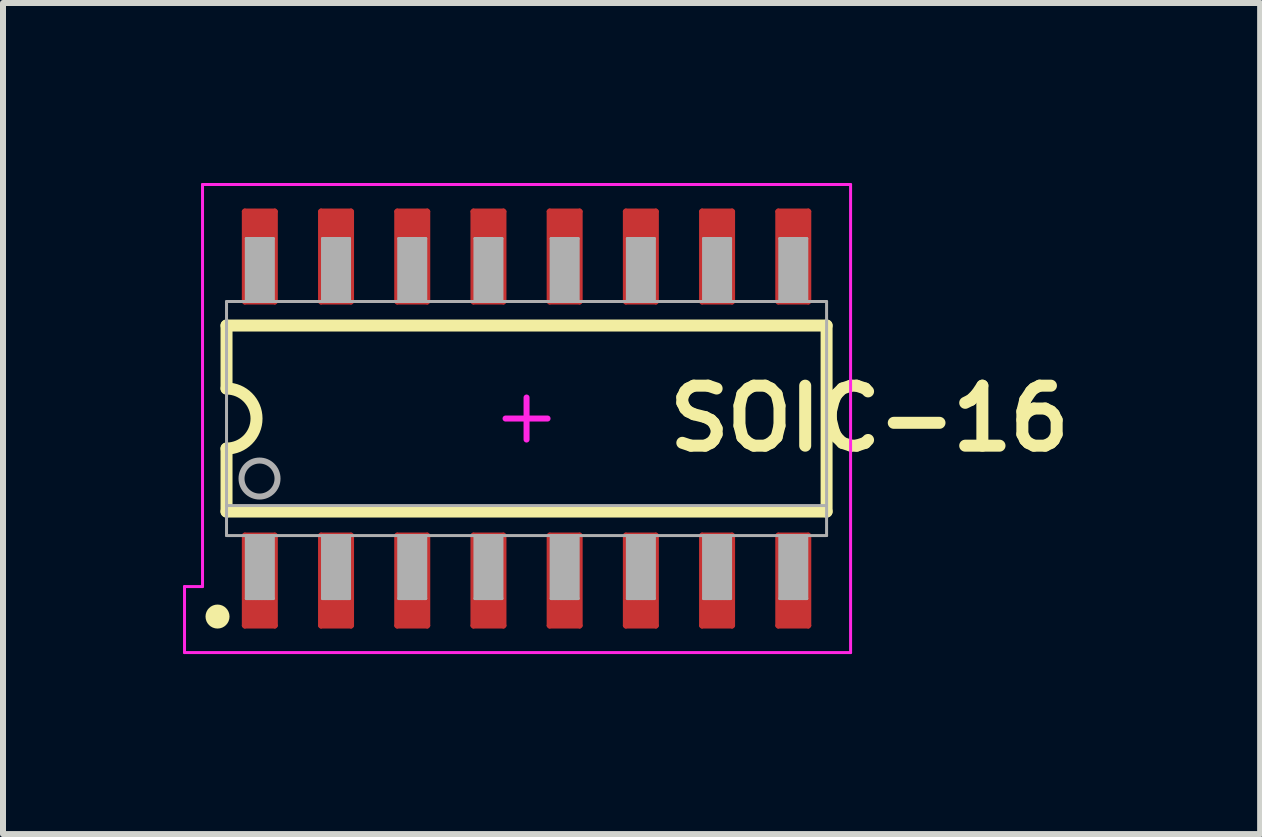
<source format=kicad_pcb>
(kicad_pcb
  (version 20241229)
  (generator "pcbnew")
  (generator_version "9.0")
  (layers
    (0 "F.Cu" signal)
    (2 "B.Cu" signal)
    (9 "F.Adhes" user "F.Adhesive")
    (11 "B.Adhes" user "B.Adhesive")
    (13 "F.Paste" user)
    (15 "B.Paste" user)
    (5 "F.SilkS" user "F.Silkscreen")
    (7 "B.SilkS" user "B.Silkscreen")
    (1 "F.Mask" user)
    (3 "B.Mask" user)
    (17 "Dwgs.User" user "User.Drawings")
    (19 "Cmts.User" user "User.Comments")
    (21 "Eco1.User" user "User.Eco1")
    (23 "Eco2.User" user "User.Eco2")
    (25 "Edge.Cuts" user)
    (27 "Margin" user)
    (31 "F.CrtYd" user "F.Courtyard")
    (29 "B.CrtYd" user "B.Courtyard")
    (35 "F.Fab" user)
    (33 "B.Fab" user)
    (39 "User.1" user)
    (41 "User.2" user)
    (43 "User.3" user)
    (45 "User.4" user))
  (footprint "SOIC-16"
    (layer "F.Cu")
    (at 5.725 3.925)
    (property "Reference" "SOIC-16" (at 5.715 0 0) (layer "F.SilkS") (effects (font (size 1 1) (thickness 0.2))))
    (attr through_hole)
    (fp_line (start -4.72 -3.45) (end -4.72 -1.95) (stroke (width 0.05) (type solid)) (layer "F.Cu"))
    (fp_line (start -4.72 1.95) (end -4.72 3.45) (stroke (width 0.05) (type solid)) (layer "F.Cu"))
    (fp_line (start -4.695 -3.475) (end -4.195 -3.475) (stroke (width 0.05) (type solid)) (layer "F.Cu"))
    (fp_line (start -4.695 -3.45) (end -4.695 -1.95) (stroke (width 0.05) (type solid)) (layer "F.Cu"))
    (fp_line (start -4.695 -3.45) (end -4.195 -3.45) (stroke (width 0.05) (type solid)) (layer "F.Cu"))
    (fp_line (start -4.695 1.925) (end -4.195 1.925) (stroke (width 0.05) (type solid)) (layer "F.Cu"))
    (fp_line (start -4.695 1.95) (end -4.695 3.45) (stroke (width 0.05) (type solid)) (layer "F.Cu"))
    (fp_line (start -4.695 1.95) (end -4.195 1.95) (stroke (width 0.05) (type solid)) (layer "F.Cu"))
    (fp_line (start -4.195 -1.95) (end -4.695 -1.95) (stroke (width 0.05) (type solid)) (layer "F.Cu"))
    (fp_line (start -4.195 -1.95) (end -4.195 -3.45) (stroke (width 0.05) (type solid)) (layer "F.Cu"))
    (fp_line (start -4.195 -1.925) (end -4.695 -1.925) (stroke (width 0.05) (type solid)) (layer "F.Cu"))
    (fp_line (start -4.195 3.45) (end -4.695 3.45) (stroke (width 0.05) (type solid)) (layer "F.Cu"))
    (fp_line (start -4.195 3.45) (end -4.195 1.95) (stroke (width 0.05) (type solid)) (layer "F.Cu"))
    (fp_line (start -4.195 3.475) (end -4.695 3.475) (stroke (width 0.05) (type solid)) (layer "F.Cu"))
    (fp_line (start -4.17 -1.95) (end -4.17 -3.45) (stroke (width 0.05) (type solid)) (layer "F.Cu"))
    (fp_line (start -4.17 3.45) (end -4.17 1.95) (stroke (width 0.05) (type solid)) (layer "F.Cu"))
    (fp_line (start -3.45 -3.45) (end -3.45 -1.95) (stroke (width 0.05) (type solid)) (layer "F.Cu"))
    (fp_line (start -3.45 1.95) (end -3.45 3.45) (stroke (width 0.05) (type solid)) (layer "F.Cu"))
    (fp_line (start -3.425 -3.475) (end -2.925 -3.475) (stroke (width 0.05) (type solid)) (layer "F.Cu"))
    (fp_line (start -3.425 -3.45) (end -3.425 -1.95) (stroke (width 0.05) (type solid)) (layer "F.Cu"))
    (fp_line (start -3.425 -3.45) (end -2.925 -3.45) (stroke (width 0.05) (type solid)) (layer "F.Cu"))
    (fp_line (start -3.425 1.925) (end -2.925 1.925) (stroke (width 0.05) (type solid)) (layer "F.Cu"))
    (fp_line (start -3.425 1.95) (end -3.425 3.45) (stroke (width 0.05) (type solid)) (layer "F.Cu"))
    (fp_line (start -3.425 1.95) (end -2.925 1.95) (stroke (width 0.05) (type solid)) (layer "F.Cu"))
    (fp_line (start -2.925 -1.95) (end -3.425 -1.95) (stroke (width 0.05) (type solid)) (layer "F.Cu"))
    (fp_line (start -2.925 -1.95) (end -2.925 -3.45) (stroke (width 0.05) (type solid)) (layer "F.Cu"))
    (fp_line (start -2.925 -1.925) (end -3.425 -1.925) (stroke (width 0.05) (type solid)) (layer "F.Cu"))
    (fp_line (start -2.925 3.45) (end -3.425 3.45) (stroke (width 0.05) (type solid)) (layer "F.Cu"))
    (fp_line (start -2.925 3.45) (end -2.925 1.95) (stroke (width 0.05) (type solid)) (layer "F.Cu"))
    (fp_line (start -2.925 3.475) (end -3.425 3.475) (stroke (width 0.05) (type solid)) (layer "F.Cu"))
    (fp_line (start -2.9 -1.95) (end -2.9 -3.45) (stroke (width 0.05) (type solid)) (layer "F.Cu"))
    (fp_line (start -2.9 3.45) (end -2.9 1.95) (stroke (width 0.05) (type solid)) (layer "F.Cu"))
    (fp_line (start -2.18 -3.45) (end -2.18 -1.95) (stroke (width 0.05) (type solid)) (layer "F.Cu"))
    (fp_line (start -2.18 1.95) (end -2.18 3.45) (stroke (width 0.05) (type solid)) (layer "F.Cu"))
    (fp_line (start -2.155 -3.475) (end -1.655 -3.475) (stroke (width 0.05) (type solid)) (layer "F.Cu"))
    (fp_line (start -2.155 -3.45) (end -2.155 -1.95) (stroke (width 0.05) (type solid)) (layer "F.Cu"))
    (fp_line (start -2.155 -3.45) (end -1.655 -3.45) (stroke (width 0.05) (type solid)) (layer "F.Cu"))
    (fp_line (start -2.155 1.925) (end -1.655 1.925) (stroke (width 0.05) (type solid)) (layer "F.Cu"))
    (fp_line (start -2.155 1.95) (end -2.155 3.45) (stroke (width 0.05) (type solid)) (layer "F.Cu"))
    (fp_line (start -2.155 1.95) (end -1.655 1.95) (stroke (width 0.05) (type solid)) (layer "F.Cu"))
    (fp_line (start -1.655 -1.95) (end -2.155 -1.95) (stroke (width 0.05) (type solid)) (layer "F.Cu"))
    (fp_line (start -1.655 -1.95) (end -1.655 -3.45) (stroke (width 0.05) (type solid)) (layer "F.Cu"))
    (fp_line (start -1.655 -1.925) (end -2.155 -1.925) (stroke (width 0.05) (type solid)) (layer "F.Cu"))
    (fp_line (start -1.655 3.45) (end -2.155 3.45) (stroke (width 0.05) (type solid)) (layer "F.Cu"))
    (fp_line (start -1.655 3.45) (end -1.655 1.95) (stroke (width 0.05) (type solid)) (layer "F.Cu"))
    (fp_line (start -1.655 3.475) (end -2.155 3.475) (stroke (width 0.05) (type solid)) (layer "F.Cu"))
    (fp_line (start -1.63 -1.95) (end -1.63 -3.45) (stroke (width 0.05) (type solid)) (layer "F.Cu"))
    (fp_line (start -1.63 3.45) (end -1.63 1.95) (stroke (width 0.05) (type solid)) (layer "F.Cu"))
    (fp_line (start -0.91 -3.45) (end -0.91 -1.95) (stroke (width 0.05) (type solid)) (layer "F.Cu"))
    (fp_line (start -0.91 1.95) (end -0.91 3.45) (stroke (width 0.05) (type solid)) (layer "F.Cu"))
    (fp_line (start -0.885 -3.475) (end -0.385 -3.475) (stroke (width 0.05) (type solid)) (layer "F.Cu"))
    (fp_line (start -0.885 -3.45) (end -0.885 -1.95) (stroke (width 0.05) (type solid)) (layer "F.Cu"))
    (fp_line (start -0.885 -3.45) (end -0.385 -3.45) (stroke (width 0.05) (type solid)) (layer "F.Cu"))
    (fp_line (start -0.885 1.925) (end -0.385 1.925) (stroke (width 0.05) (type solid)) (layer "F.Cu"))
    (fp_line (start -0.885 1.95) (end -0.885 3.45) (stroke (width 0.05) (type solid)) (layer "F.Cu"))
    (fp_line (start -0.885 1.95) (end -0.385 1.95) (stroke (width 0.05) (type solid)) (layer "F.Cu"))
    (fp_line (start -0.385 -1.95) (end -0.885 -1.95) (stroke (width 0.05) (type solid)) (layer "F.Cu"))
    (fp_line (start -0.385 -1.95) (end -0.385 -3.45) (stroke (width 0.05) (type solid)) (layer "F.Cu"))
    (fp_line (start -0.385 -1.925) (end -0.885 -1.925) (stroke (width 0.05) (type solid)) (layer "F.Cu"))
    (fp_line (start -0.385 3.45) (end -0.885 3.45) (stroke (width 0.05) (type solid)) (layer "F.Cu"))
    (fp_line (start -0.385 3.45) (end -0.385 1.95) (stroke (width 0.05) (type solid)) (layer "F.Cu"))
    (fp_line (start -0.385 3.475) (end -0.885 3.475) (stroke (width 0.05) (type solid)) (layer "F.Cu"))
    (fp_line (start -0.36 -1.95) (end -0.36 -3.45) (stroke (width 0.05) (type solid)) (layer "F.Cu"))
    (fp_line (start -0.36 3.45) (end -0.36 1.95) (stroke (width 0.05) (type solid)) (layer "F.Cu"))
    (fp_line (start 0.36 -3.45) (end 0.36 -1.95) (stroke (width 0.05) (type solid)) (layer "F.Cu"))
    (fp_line (start 0.36 1.95) (end 0.36 3.45) (stroke (width 0.05) (type solid)) (layer "F.Cu"))
    (fp_line (start 0.385 -3.475) (end 0.885 -3.475) (stroke (width 0.05) (type solid)) (layer "F.Cu"))
    (fp_line (start 0.385 -3.45) (end 0.385 -1.95) (stroke (width 0.05) (type solid)) (layer "F.Cu"))
    (fp_line (start 0.385 -3.45) (end 0.885 -3.45) (stroke (width 0.05) (type solid)) (layer "F.Cu"))
    (fp_line (start 0.385 1.925) (end 0.885 1.925) (stroke (width 0.05) (type solid)) (layer "F.Cu"))
    (fp_line (start 0.385 1.95) (end 0.385 3.45) (stroke (width 0.05) (type solid)) (layer "F.Cu"))
    (fp_line (start 0.385 1.95) (end 0.885 1.95) (stroke (width 0.05) (type solid)) (layer "F.Cu"))
    (fp_line (start 0.885 -1.95) (end 0.385 -1.95) (stroke (width 0.05) (type solid)) (layer "F.Cu"))
    (fp_line (start 0.885 -1.95) (end 0.885 -3.45) (stroke (width 0.05) (type solid)) (layer "F.Cu"))
    (fp_line (start 0.885 -1.925) (end 0.385 -1.925) (stroke (width 0.05) (type solid)) (layer "F.Cu"))
    (fp_line (start 0.885 3.45) (end 0.385 3.45) (stroke (width 0.05) (type solid)) (layer "F.Cu"))
    (fp_line (start 0.885 3.45) (end 0.885 1.95) (stroke (width 0.05) (type solid)) (layer "F.Cu"))
    (fp_line (start 0.885 3.475) (end 0.385 3.475) (stroke (width 0.05) (type solid)) (layer "F.Cu"))
    (fp_line (start 0.91 -1.95) (end 0.91 -3.45) (stroke (width 0.05) (type solid)) (layer "F.Cu"))
    (fp_line (start 0.91 3.45) (end 0.91 1.95) (stroke (width 0.05) (type solid)) (layer "F.Cu"))
    (fp_line (start 1.63 -3.45) (end 1.63 -1.95) (stroke (width 0.05) (type solid)) (layer "F.Cu"))
    (fp_line (start 1.63 1.95) (end 1.63 3.45) (stroke (width 0.05) (type solid)) (layer "F.Cu"))
    (fp_line (start 1.655 -3.475) (end 2.155 -3.475) (stroke (width 0.05) (type solid)) (layer "F.Cu"))
    (fp_line (start 1.655 -3.45) (end 1.655 -1.95) (stroke (width 0.05) (type solid)) (layer "F.Cu"))
    (fp_line (start 1.655 -3.45) (end 2.155 -3.45) (stroke (width 0.05) (type solid)) (layer "F.Cu"))
    (fp_line (start 1.655 1.925) (end 2.155 1.925) (stroke (width 0.05) (type solid)) (layer "F.Cu"))
    (fp_line (start 1.655 1.95) (end 1.655 3.45) (stroke (width 0.05) (type solid)) (layer "F.Cu"))
    (fp_line (start 1.655 1.95) (end 2.155 1.95) (stroke (width 0.05) (type solid)) (layer "F.Cu"))
    (fp_line (start 2.155 -1.95) (end 1.655 -1.95) (stroke (width 0.05) (type solid)) (layer "F.Cu"))
    (fp_line (start 2.155 -1.95) (end 2.155 -3.45) (stroke (width 0.05) (type solid)) (layer "F.Cu"))
    (fp_line (start 2.155 -1.925) (end 1.655 -1.925) (stroke (width 0.05) (type solid)) (layer "F.Cu"))
    (fp_line (start 2.155 3.45) (end 1.655 3.45) (stroke (width 0.05) (type solid)) (layer "F.Cu"))
    (fp_line (start 2.155 3.45) (end 2.155 1.95) (stroke (width 0.05) (type solid)) (layer "F.Cu"))
    (fp_line (start 2.155 3.475) (end 1.655 3.475) (stroke (width 0.05) (type solid)) (layer "F.Cu"))
    (fp_line (start 2.18 -1.95) (end 2.18 -3.45) (stroke (width 0.05) (type solid)) (layer "F.Cu"))
    (fp_line (start 2.18 3.45) (end 2.18 1.95) (stroke (width 0.05) (type solid)) (layer "F.Cu"))
    (fp_line (start 2.9 -3.45) (end 2.9 -1.95) (stroke (width 0.05) (type solid)) (layer "F.Cu"))
    (fp_line (start 2.9 1.95) (end 2.9 3.45) (stroke (width 0.05) (type solid)) (layer "F.Cu"))
    (fp_line (start 2.925 -3.475) (end 3.425 -3.475) (stroke (width 0.05) (type solid)) (layer "F.Cu"))
    (fp_line (start 2.925 -3.45) (end 2.925 -1.95) (stroke (width 0.05) (type solid)) (layer "F.Cu"))
    (fp_line (start 2.925 -3.45) (end 3.425 -3.45) (stroke (width 0.05) (type solid)) (layer "F.Cu"))
    (fp_line (start 2.925 1.925) (end 3.425 1.925) (stroke (width 0.05) (type solid)) (layer "F.Cu"))
    (fp_line (start 2.925 1.95) (end 2.925 3.45) (stroke (width 0.05) (type solid)) (layer "F.Cu"))
    (fp_line (start 2.925 1.95) (end 3.425 1.95) (stroke (width 0.05) (type solid)) (layer "F.Cu"))
    (fp_line (start 3.425 -1.95) (end 2.925 -1.95) (stroke (width 0.05) (type solid)) (layer "F.Cu"))
    (fp_line (start 3.425 -1.95) (end 3.425 -3.45) (stroke (width 0.05) (type solid)) (layer "F.Cu"))
    (fp_line (start 3.425 -1.925) (end 2.925 -1.925) (stroke (width 0.05) (type solid)) (layer "F.Cu"))
    (fp_line (start 3.425 3.45) (end 2.925 3.45) (stroke (width 0.05) (type solid)) (layer "F.Cu"))
    (fp_line (start 3.425 3.45) (end 3.425 1.95) (stroke (width 0.05) (type solid)) (layer "F.Cu"))
    (fp_line (start 3.425 3.475) (end 2.925 3.475) (stroke (width 0.05) (type solid)) (layer "F.Cu"))
    (fp_line (start 3.45 -1.95) (end 3.45 -3.45) (stroke (width 0.05) (type solid)) (layer "F.Cu"))
    (fp_line (start 3.45 3.45) (end 3.45 1.95) (stroke (width 0.05) (type solid)) (layer "F.Cu"))
    (fp_line (start 4.17 -3.45) (end 4.17 -1.95) (stroke (width 0.05) (type solid)) (layer "F.Cu"))
    (fp_line (start 4.17 1.95) (end 4.17 3.45) (stroke (width 0.05) (type solid)) (layer "F.Cu"))
    (fp_line (start 4.195 -3.475) (end 4.695 -3.475) (stroke (width 0.05) (type solid)) (layer "F.Cu"))
    (fp_line (start 4.195 -3.45) (end 4.195 -1.95) (stroke (width 0.05) (type solid)) (layer "F.Cu"))
    (fp_line (start 4.195 -3.45) (end 4.695 -3.45) (stroke (width 0.05) (type solid)) (layer "F.Cu"))
    (fp_line (start 4.195 1.925) (end 4.695 1.925) (stroke (width 0.05) (type solid)) (layer "F.Cu"))
    (fp_line (start 4.195 1.95) (end 4.195 3.45) (stroke (width 0.05) (type solid)) (layer "F.Cu"))
    (fp_line (start 4.195 1.95) (end 4.695 1.95) (stroke (width 0.05) (type solid)) (layer "F.Cu"))
    (fp_line (start 4.695 -1.95) (end 4.195 -1.95) (stroke (width 0.05) (type solid)) (layer "F.Cu"))
    (fp_line (start 4.695 -1.95) (end 4.695 -3.45) (stroke (width 0.05) (type solid)) (layer "F.Cu"))
    (fp_line (start 4.695 -1.925) (end 4.195 -1.925) (stroke (width 0.05) (type solid)) (layer "F.Cu"))
    (fp_line (start 4.695 3.45) (end 4.195 3.45) (stroke (width 0.05) (type solid)) (layer "F.Cu"))
    (fp_line (start 4.695 3.45) (end 4.695 1.95) (stroke (width 0.05) (type solid)) (layer "F.Cu"))
    (fp_line (start 4.695 3.475) (end 4.195 3.475) (stroke (width 0.05) (type solid)) (layer "F.Cu"))
    (fp_line (start 4.72 -1.95) (end 4.72 -3.45) (stroke (width 0.05) (type solid)) (layer "F.Cu"))
    (fp_line (start 4.72 3.45) (end 4.72 1.95) (stroke (width 0.05) (type solid)) (layer "F.Cu"))
    (fp_arc (start -4.72 -3.45) (mid -4.712693 -3.467662) (end -4.695044 -3.475) (stroke (width 0.05) (type solid)) (layer "F.Cu"))
    (fp_arc (start -4.72 1.95) (mid -4.712693 1.932338) (end -4.695044 1.925) (stroke (width 0.05) (type solid)) (layer "F.Cu"))
    (fp_arc (start -4.695 -1.925) (mid -4.712662 -1.932307) (end -4.72 -1.949956) (stroke (width 0.05) (type solid)) (layer "F.Cu"))
    (fp_arc (start -4.695 3.475) (mid -4.712662 3.467693) (end -4.72 3.450044) (stroke (width 0.05) (type solid)) (layer "F.Cu"))
    (fp_arc (start -4.195 -3.475) (mid -4.177338 -3.467693) (end -4.17 -3.450044) (stroke (width 0.05) (type solid)) (layer "F.Cu"))
    (fp_arc (start -4.195 1.925) (mid -4.177338 1.932307) (end -4.17 1.949956) (stroke (width 0.05) (type solid)) (layer "F.Cu"))
    (fp_arc (start -4.17 -1.95) (mid -4.177307 -1.932338) (end -4.194956 -1.925) (stroke (width 0.05) (type solid)) (layer "F.Cu"))
    (fp_arc (start -4.17 3.45) (mid -4.177307 3.467662) (end -4.194956 3.475) (stroke (width 0.05) (type solid)) (layer "F.Cu"))
    (fp_arc (start -3.45 -3.45) (mid -3.442693 -3.467662) (end -3.425044 -3.475) (stroke (width 0.05) (type solid)) (layer "F.Cu"))
    (fp_arc (start -3.45 1.95) (mid -3.442693 1.932338) (end -3.425044 1.925) (stroke (width 0.05) (type solid)) (layer "F.Cu"))
    (fp_arc (start -3.425 -1.925) (mid -3.442662 -1.932307) (end -3.45 -1.949956) (stroke (width 0.05) (type solid)) (layer "F.Cu"))
    (fp_arc (start -3.425 3.475) (mid -3.442662 3.467693) (end -3.45 3.450044) (stroke (width 0.05) (type solid)) (layer "F.Cu"))
    (fp_arc (start -2.925 -3.475) (mid -2.907338 -3.467693) (end -2.9 -3.450044) (stroke (width 0.05) (type solid)) (layer "F.Cu"))
    (fp_arc (start -2.925 1.925) (mid -2.907338 1.932307) (end -2.9 1.949956) (stroke (width 0.05) (type solid)) (layer "F.Cu"))
    (fp_arc (start -2.9 -1.95) (mid -2.907307 -1.932338) (end -2.924956 -1.925) (stroke (width 0.05) (type solid)) (layer "F.Cu"))
    (fp_arc (start -2.9 3.45) (mid -2.907307 3.467662) (end -2.924956 3.475) (stroke (width 0.05) (type solid)) (layer "F.Cu"))
    (fp_arc (start -2.18 -3.45) (mid -2.172693 -3.467662) (end -2.155044 -3.475) (stroke (width 0.05) (type solid)) (layer "F.Cu"))
    (fp_arc (start -2.18 1.95) (mid -2.172693 1.932338) (end -2.155044 1.925) (stroke (width 0.05) (type solid)) (layer "F.Cu"))
    (fp_arc (start -2.155 -1.925) (mid -2.172662 -1.932307) (end -2.18 -1.949956) (stroke (width 0.05) (type solid)) (layer "F.Cu"))
    (fp_arc (start -2.155 3.475) (mid -2.172662 3.467693) (end -2.18 3.450044) (stroke (width 0.05) (type solid)) (layer "F.Cu"))
    (fp_arc (start -1.655 -3.475) (mid -1.637338 -3.467693) (end -1.63 -3.450044) (stroke (width 0.05) (type solid)) (layer "F.Cu"))
    (fp_arc (start -1.655 1.925) (mid -1.637338 1.932307) (end -1.63 1.949956) (stroke (width 0.05) (type solid)) (layer "F.Cu"))
    (fp_arc (start -1.63 -1.95) (mid -1.637307 -1.932338) (end -1.654956 -1.925) (stroke (width 0.05) (type solid)) (layer "F.Cu"))
    (fp_arc (start -1.63 3.45) (mid -1.637307 3.467662) (end -1.654956 3.475) (stroke (width 0.05) (type solid)) (layer "F.Cu"))
    (fp_arc (start -0.91 -3.45) (mid -0.902693 -3.467662) (end -0.885044 -3.475) (stroke (width 0.05) (type solid)) (layer "F.Cu"))
    (fp_arc (start -0.91 1.95) (mid -0.902693 1.932338) (end -0.885044 1.925) (stroke (width 0.05) (type solid)) (layer "F.Cu"))
    (fp_arc (start -0.885 -1.925) (mid -0.902662 -1.932307) (end -0.91 -1.949956) (stroke (width 0.05) (type solid)) (layer "F.Cu"))
    (fp_arc (start -0.885 3.475) (mid -0.902662 3.467693) (end -0.91 3.450044) (stroke (width 0.05) (type solid)) (layer "F.Cu"))
    (fp_arc (start -0.385 -3.475) (mid -0.367338 -3.467693) (end -0.36 -3.450044) (stroke (width 0.05) (type solid)) (layer "F.Cu"))
    (fp_arc (start -0.385 1.925) (mid -0.367338 1.932307) (end -0.36 1.949956) (stroke (width 0.05) (type solid)) (layer "F.Cu"))
    (fp_arc (start -0.36 -1.95) (mid -0.367307 -1.932338) (end -0.384956 -1.925) (stroke (width 0.05) (type solid)) (layer "F.Cu"))
    (fp_arc (start -0.36 3.45) (mid -0.367307 3.467662) (end -0.384956 3.475) (stroke (width 0.05) (type solid)) (layer "F.Cu"))
    (fp_arc (start 0.36 -3.45) (mid 0.367307 -3.467662) (end 0.384956 -3.475) (stroke (width 0.05) (type solid)) (layer "F.Cu"))
    (fp_arc (start 0.36 1.95) (mid 0.367307 1.932338) (end 0.384956 1.925) (stroke (width 0.05) (type solid)) (layer "F.Cu"))
    (fp_arc (start 0.385 -1.925) (mid 0.367338 -1.932307) (end 0.36 -1.949956) (stroke (width 0.05) (type solid)) (layer "F.Cu"))
    (fp_arc (start 0.385 3.475) (mid 0.367338 3.467693) (end 0.36 3.450044) (stroke (width 0.05) (type solid)) (layer "F.Cu"))
    (fp_arc (start 0.885 -3.475) (mid 0.902662 -3.467693) (end 0.91 -3.450044) (stroke (width 0.05) (type solid)) (layer "F.Cu"))
    (fp_arc (start 0.885 1.925) (mid 0.902662 1.932307) (end 0.91 1.949956) (stroke (width 0.05) (type solid)) (layer "F.Cu"))
    (fp_arc (start 0.91 -1.95) (mid 0.902693 -1.932338) (end 0.885044 -1.925) (stroke (width 0.05) (type solid)) (layer "F.Cu"))
    (fp_arc (start 0.91 3.45) (mid 0.902693 3.467662) (end 0.885044 3.475) (stroke (width 0.05) (type solid)) (layer "F.Cu"))
    (fp_arc (start 1.63 -3.45) (mid 1.637307 -3.467662) (end 1.654956 -3.475) (stroke (width 0.05) (type solid)) (layer "F.Cu"))
    (fp_arc (start 1.63 1.95) (mid 1.637307 1.932338) (end 1.654956 1.925) (stroke (width 0.05) (type solid)) (layer "F.Cu"))
    (fp_arc (start 1.655 -1.925) (mid 1.637338 -1.932307) (end 1.63 -1.949956) (stroke (width 0.05) (type solid)) (layer "F.Cu"))
    (fp_arc (start 1.655 3.475) (mid 1.637338 3.467693) (end 1.63 3.450044) (stroke (width 0.05) (type solid)) (layer "F.Cu"))
    (fp_arc (start 2.155 -3.475) (mid 2.172662 -3.467693) (end 2.18 -3.450044) (stroke (width 0.05) (type solid)) (layer "F.Cu"))
    (fp_arc (start 2.155 1.925) (mid 2.172662 1.932307) (end 2.18 1.949956) (stroke (width 0.05) (type solid)) (layer "F.Cu"))
    (fp_arc (start 2.18 -1.95) (mid 2.172693 -1.932338) (end 2.155044 -1.925) (stroke (width 0.05) (type solid)) (layer "F.Cu"))
    (fp_arc (start 2.18 3.45) (mid 2.172693 3.467662) (end 2.155044 3.475) (stroke (width 0.05) (type solid)) (layer "F.Cu"))
    (fp_arc (start 2.9 -3.45) (mid 2.907307 -3.467662) (end 2.924956 -3.475) (stroke (width 0.05) (type solid)) (layer "F.Cu"))
    (fp_arc (start 2.9 1.95) (mid 2.907307 1.932338) (end 2.924956 1.925) (stroke (width 0.05) (type solid)) (layer "F.Cu"))
    (fp_arc (start 2.925 -1.925) (mid 2.907338 -1.932307) (end 2.9 -1.949956) (stroke (width 0.05) (type solid)) (layer "F.Cu"))
    (fp_arc (start 2.925 3.475) (mid 2.907338 3.467693) (end 2.9 3.450044) (stroke (width 0.05) (type solid)) (layer "F.Cu"))
    (fp_arc (start 3.425 -3.475) (mid 3.442662 -3.467693) (end 3.45 -3.450044) (stroke (width 0.05) (type solid)) (layer "F.Cu"))
    (fp_arc (start 3.425 1.925) (mid 3.442662 1.932307) (end 3.45 1.949956) (stroke (width 0.05) (type solid)) (layer "F.Cu"))
    (fp_arc (start 3.45 -1.95) (mid 3.442693 -1.932338) (end 3.425044 -1.925) (stroke (width 0.05) (type solid)) (layer "F.Cu"))
    (fp_arc (start 3.45 3.45) (mid 3.442693 3.467662) (end 3.425044 3.475) (stroke (width 0.05) (type solid)) (layer "F.Cu"))
    (fp_arc (start 4.17 -3.45) (mid 4.177307 -3.467662) (end 4.194956 -3.475) (stroke (width 0.05) (type solid)) (layer "F.Cu"))
    (fp_arc (start 4.17 1.95) (mid 4.177307 1.932338) (end 4.194956 1.925) (stroke (width 0.05) (type solid)) (layer "F.Cu"))
    (fp_arc (start 4.195 -1.925) (mid 4.177338 -1.932307) (end 4.17 -1.949956) (stroke (width 0.05) (type solid)) (layer "F.Cu"))
    (fp_arc (start 4.195 3.475) (mid 4.177338 3.467693) (end 4.17 3.450044) (stroke (width 0.05) (type solid)) (layer "F.Cu"))
    (fp_arc (start 4.695 -3.475) (mid 4.712662 -3.467693) (end 4.72 -3.450044) (stroke (width 0.05) (type solid)) (layer "F.Cu"))
    (fp_arc (start 4.695 1.925) (mid 4.712662 1.932307) (end 4.72 1.949956) (stroke (width 0.05) (type solid)) (layer "F.Cu"))
    (fp_arc (start 4.72 -1.95) (mid 4.712693 -1.932338) (end 4.695044 -1.925) (stroke (width 0.05) (type solid)) (layer "F.Cu"))
    (fp_arc (start 4.72 3.45) (mid 4.712693 3.467662) (end 4.695044 3.475) (stroke (width 0.05) (type solid)) (layer "F.Cu"))
    (fp_line (start -4.795 -3.45) (end -4.795 -1.95) (stroke (width 0.1) (type solid)) (layer "F.Mask"))
    (fp_line (start -4.795 1.95) (end -4.795 3.45) (stroke (width 0.1) (type solid)) (layer "F.Mask"))
    (fp_line (start -4.745 -2.1) (end -4.745 -3) (stroke (width 0.1) (type solid)) (layer "F.Mask"))
    (fp_line (start -4.745 3.3) (end -4.745 2.4) (stroke (width 0.1) (type solid)) (layer "F.Mask"))
    (fp_line (start -4.695 -3.5) (end -4.145 -3.5) (stroke (width 0.1) (type solid)) (layer "F.Mask"))
    (fp_line (start -4.695 -1.85) (end -4.195 -1.85) (stroke (width 0.1) (type solid)) (layer "F.Mask"))
    (fp_line (start -4.695 1.9) (end -4.145 1.9) (stroke (width 0.1) (type solid)) (layer "F.Mask"))
    (fp_line (start -4.695 3.55) (end -4.195 3.55) (stroke (width 0.1) (type solid)) (layer "F.Mask"))
    (fp_line (start -4.195 -3.55) (end -4.695 -3.55) (stroke (width 0.1) (type solid)) (layer "F.Mask"))
    (fp_line (start -4.195 1.85) (end -4.695 1.85) (stroke (width 0.1) (type solid)) (layer "F.Mask"))
    (fp_line (start -4.145 -3.3) (end -4.145 -2.4) (stroke (width 0.1) (type solid)) (layer "F.Mask"))
    (fp_line (start -4.145 2.1) (end -4.145 3) (stroke (width 0.1) (type solid)) (layer "F.Mask"))
    (fp_line (start -4.095 -1.95) (end -4.095 -3.45) (stroke (width 0.1) (type solid)) (layer "F.Mask"))
    (fp_line (start -4.095 3.45) (end -4.095 1.95) (stroke (width 0.1) (type solid)) (layer "F.Mask"))
    (fp_line (start -3.525 -3.45) (end -3.525 -1.95) (stroke (width 0.1) (type solid)) (layer "F.Mask"))
    (fp_line (start -3.525 1.95) (end -3.525 3.45) (stroke (width 0.1) (type solid)) (layer "F.Mask"))
    (fp_line (start -3.475 -2.1) (end -3.475 -3) (stroke (width 0.1) (type solid)) (layer "F.Mask"))
    (fp_line (start -3.475 3.3) (end -3.475 2.4) (stroke (width 0.1) (type solid)) (layer "F.Mask"))
    (fp_line (start -3.425 -3.5) (end -2.875 -3.5) (stroke (width 0.1) (type solid)) (layer "F.Mask"))
    (fp_line (start -3.425 -1.85) (end -2.925 -1.85) (stroke (width 0.1) (type solid)) (layer "F.Mask"))
    (fp_line (start -3.425 1.9) (end -2.875 1.9) (stroke (width 0.1) (type solid)) (layer "F.Mask"))
    (fp_line (start -3.425 3.55) (end -2.925 3.55) (stroke (width 0.1) (type solid)) (layer "F.Mask"))
    (fp_line (start -2.925 -3.55) (end -3.425 -3.55) (stroke (width 0.1) (type solid)) (layer "F.Mask"))
    (fp_line (start -2.925 1.85) (end -3.425 1.85) (stroke (width 0.1) (type solid)) (layer "F.Mask"))
    (fp_line (start -2.875 -3.3) (end -2.875 -2.4) (stroke (width 0.1) (type solid)) (layer "F.Mask"))
    (fp_line (start -2.875 2.1) (end -2.875 3) (stroke (width 0.1) (type solid)) (layer "F.Mask"))
    (fp_line (start -2.825 -1.95) (end -2.825 -3.45) (stroke (width 0.1) (type solid)) (layer "F.Mask"))
    (fp_line (start -2.825 3.45) (end -2.825 1.95) (stroke (width 0.1) (type solid)) (layer "F.Mask"))
    (fp_line (start -2.255 -3.45) (end -2.255 -1.95) (stroke (width 0.1) (type solid)) (layer "F.Mask"))
    (fp_line (start -2.255 1.95) (end -2.255 3.45) (stroke (width 0.1) (type solid)) (layer "F.Mask"))
    (fp_line (start -2.205 -2.1) (end -2.205 -3) (stroke (width 0.1) (type solid)) (layer "F.Mask"))
    (fp_line (start -2.205 3.3) (end -2.205 2.4) (stroke (width 0.1) (type solid)) (layer "F.Mask"))
    (fp_line (start -2.155 -3.5) (end -1.605 -3.5) (stroke (width 0.1) (type solid)) (layer "F.Mask"))
    (fp_line (start -2.155 -1.85) (end -1.655 -1.85) (stroke (width 0.1) (type solid)) (layer "F.Mask"))
    (fp_line (start -2.155 1.9) (end -1.605 1.9) (stroke (width 0.1) (type solid)) (layer "F.Mask"))
    (fp_line (start -2.155 3.55) (end -1.655 3.55) (stroke (width 0.1) (type solid)) (layer "F.Mask"))
    (fp_line (start -1.655 -3.55) (end -2.155 -3.55) (stroke (width 0.1) (type solid)) (layer "F.Mask"))
    (fp_line (start -1.655 1.85) (end -2.155 1.85) (stroke (width 0.1) (type solid)) (layer "F.Mask"))
    (fp_line (start -1.605 -3.3) (end -1.605 -2.4) (stroke (width 0.1) (type solid)) (layer "F.Mask"))
    (fp_line (start -1.605 2.1) (end -1.605 3) (stroke (width 0.1) (type solid)) (layer "F.Mask"))
    (fp_line (start -1.555 -1.95) (end -1.555 -3.45) (stroke (width 0.1) (type solid)) (layer "F.Mask"))
    (fp_line (start -1.555 3.45) (end -1.555 1.95) (stroke (width 0.1) (type solid)) (layer "F.Mask"))
    (fp_line (start -0.985 -3.45) (end -0.985 -1.95) (stroke (width 0.1) (type solid)) (layer "F.Mask"))
    (fp_line (start -0.985 1.95) (end -0.985 3.45) (stroke (width 0.1) (type solid)) (layer "F.Mask"))
    (fp_line (start -0.935 -2.1) (end -0.935 -3) (stroke (width 0.1) (type solid)) (layer "F.Mask"))
    (fp_line (start -0.935 3.3) (end -0.935 2.4) (stroke (width 0.1) (type solid)) (layer "F.Mask"))
    (fp_line (start -0.885 -3.5) (end -0.335 -3.5) (stroke (width 0.1) (type solid)) (layer "F.Mask"))
    (fp_line (start -0.885 -1.85) (end -0.385 -1.85) (stroke (width 0.1) (type solid)) (layer "F.Mask"))
    (fp_line (start -0.885 1.9) (end -0.335 1.9) (stroke (width 0.1) (type solid)) (layer "F.Mask"))
    (fp_line (start -0.885 3.55) (end -0.385 3.55) (stroke (width 0.1) (type solid)) (layer "F.Mask"))
    (fp_line (start -0.385 -3.55) (end -0.885 -3.55) (stroke (width 0.1) (type solid)) (layer "F.Mask"))
    (fp_line (start -0.385 1.85) (end -0.885 1.85) (stroke (width 0.1) (type solid)) (layer "F.Mask"))
    (fp_line (start -0.335 -3.3) (end -0.335 -2.4) (stroke (width 0.1) (type solid)) (layer "F.Mask"))
    (fp_line (start -0.335 2.1) (end -0.335 3) (stroke (width 0.1) (type solid)) (layer "F.Mask"))
    (fp_line (start -0.285 -1.95) (end -0.285 -3.45) (stroke (width 0.1) (type solid)) (layer "F.Mask"))
    (fp_line (start -0.285 3.45) (end -0.285 1.95) (stroke (width 0.1) (type solid)) (layer "F.Mask"))
    (fp_line (start 0.285 -3.45) (end 0.285 -1.95) (stroke (width 0.1) (type solid)) (layer "F.Mask"))
    (fp_line (start 0.285 1.95) (end 0.285 3.45) (stroke (width 0.1) (type solid)) (layer "F.Mask"))
    (fp_line (start 0.335 -2.1) (end 0.335 -3) (stroke (width 0.1) (type solid)) (layer "F.Mask"))
    (fp_line (start 0.335 3.3) (end 0.335 2.4) (stroke (width 0.1) (type solid)) (layer "F.Mask"))
    (fp_line (start 0.385 -3.5) (end 0.935 -3.5) (stroke (width 0.1) (type solid)) (layer "F.Mask"))
    (fp_line (start 0.385 -1.85) (end 0.885 -1.85) (stroke (width 0.1) (type solid)) (layer "F.Mask"))
    (fp_line (start 0.385 1.9) (end 0.935 1.9) (stroke (width 0.1) (type solid)) (layer "F.Mask"))
    (fp_line (start 0.385 3.55) (end 0.885 3.55) (stroke (width 0.1) (type solid)) (layer "F.Mask"))
    (fp_line (start 0.885 -3.55) (end 0.385 -3.55) (stroke (width 0.1) (type solid)) (layer "F.Mask"))
    (fp_line (start 0.885 1.85) (end 0.385 1.85) (stroke (width 0.1) (type solid)) (layer "F.Mask"))
    (fp_line (start 0.935 -3.3) (end 0.935 -2.4) (stroke (width 0.1) (type solid)) (layer "F.Mask"))
    (fp_line (start 0.935 2.1) (end 0.935 3) (stroke (width 0.1) (type solid)) (layer "F.Mask"))
    (fp_line (start 0.985 -1.95) (end 0.985 -3.45) (stroke (width 0.1) (type solid)) (layer "F.Mask"))
    (fp_line (start 0.985 3.45) (end 0.985 1.95) (stroke (width 0.1) (type solid)) (layer "F.Mask"))
    (fp_line (start 1.555 -3.45) (end 1.555 -1.95) (stroke (width 0.1) (type solid)) (layer "F.Mask"))
    (fp_line (start 1.555 1.95) (end 1.555 3.45) (stroke (width 0.1) (type solid)) (layer "F.Mask"))
    (fp_line (start 1.605 -2.1) (end 1.605 -3) (stroke (width 0.1) (type solid)) (layer "F.Mask"))
    (fp_line (start 1.605 3.3) (end 1.605 2.4) (stroke (width 0.1) (type solid)) (layer "F.Mask"))
    (fp_line (start 1.655 -3.5) (end 2.205 -3.5) (stroke (width 0.1) (type solid)) (layer "F.Mask"))
    (fp_line (start 1.655 -1.85) (end 2.155 -1.85) (stroke (width 0.1) (type solid)) (layer "F.Mask"))
    (fp_line (start 1.655 1.9) (end 2.205 1.9) (stroke (width 0.1) (type solid)) (layer "F.Mask"))
    (fp_line (start 1.655 3.55) (end 2.155 3.55) (stroke (width 0.1) (type solid)) (layer "F.Mask"))
    (fp_line (start 2.155 -3.55) (end 1.655 -3.55) (stroke (width 0.1) (type solid)) (layer "F.Mask"))
    (fp_line (start 2.155 1.85) (end 1.655 1.85) (stroke (width 0.1) (type solid)) (layer "F.Mask"))
    (fp_line (start 2.205 -3.3) (end 2.205 -2.4) (stroke (width 0.1) (type solid)) (layer "F.Mask"))
    (fp_line (start 2.205 2.1) (end 2.205 3) (stroke (width 0.1) (type solid)) (layer "F.Mask"))
    (fp_line (start 2.255 -1.95) (end 2.255 -3.45) (stroke (width 0.1) (type solid)) (layer "F.Mask"))
    (fp_line (start 2.255 3.45) (end 2.255 1.95) (stroke (width 0.1) (type solid)) (layer "F.Mask"))
    (fp_line (start 2.825 -3.45) (end 2.825 -1.95) (stroke (width 0.1) (type solid)) (layer "F.Mask"))
    (fp_line (start 2.825 1.95) (end 2.825 3.45) (stroke (width 0.1) (type solid)) (layer "F.Mask"))
    (fp_line (start 2.875 -2.1) (end 2.875 -3) (stroke (width 0.1) (type solid)) (layer "F.Mask"))
    (fp_line (start 2.875 3.3) (end 2.875 2.4) (stroke (width 0.1) (type solid)) (layer "F.Mask"))
    (fp_line (start 2.925 -3.5) (end 3.475 -3.5) (stroke (width 0.1) (type solid)) (layer "F.Mask"))
    (fp_line (start 2.925 -1.85) (end 3.425 -1.85) (stroke (width 0.1) (type solid)) (layer "F.Mask"))
    (fp_line (start 2.925 1.9) (end 3.475 1.9) (stroke (width 0.1) (type solid)) (layer "F.Mask"))
    (fp_line (start 2.925 3.55) (end 3.425 3.55) (stroke (width 0.1) (type solid)) (layer "F.Mask"))
    (fp_line (start 3.425 -3.55) (end 2.925 -3.55) (stroke (width 0.1) (type solid)) (layer "F.Mask"))
    (fp_line (start 3.425 1.85) (end 2.925 1.85) (stroke (width 0.1) (type solid)) (layer "F.Mask"))
    (fp_line (start 3.475 -3.3) (end 3.475 -2.4) (stroke (width 0.1) (type solid)) (layer "F.Mask"))
    (fp_line (start 3.475 2.1) (end 3.475 3) (stroke (width 0.1) (type solid)) (layer "F.Mask"))
    (fp_line (start 3.525 -1.95) (end 3.525 -3.45) (stroke (width 0.1) (type solid)) (layer "F.Mask"))
    (fp_line (start 3.525 3.45) (end 3.525 1.95) (stroke (width 0.1) (type solid)) (layer "F.Mask"))
    (fp_line (start 4.095 -3.45) (end 4.095 -1.95) (stroke (width 0.1) (type solid)) (layer "F.Mask"))
    (fp_line (start 4.095 1.95) (end 4.095 3.45) (stroke (width 0.1) (type solid)) (layer "F.Mask"))
    (fp_line (start 4.145 -2.1) (end 4.145 -3) (stroke (width 0.1) (type solid)) (layer "F.Mask"))
    (fp_line (start 4.145 3.3) (end 4.145 2.4) (stroke (width 0.1) (type solid)) (layer "F.Mask"))
    (fp_line (start 4.195 -3.5) (end 4.745 -3.5) (stroke (width 0.1) (type solid)) (layer "F.Mask"))
    (fp_line (start 4.195 -1.85) (end 4.695 -1.85) (stroke (width 0.1) (type solid)) (layer "F.Mask"))
    (fp_line (start 4.195 1.9) (end 4.745 1.9) (stroke (width 0.1) (type solid)) (layer "F.Mask"))
    (fp_line (start 4.195 3.55) (end 4.695 3.55) (stroke (width 0.1) (type solid)) (layer "F.Mask"))
    (fp_line (start 4.695 -3.55) (end 4.195 -3.55) (stroke (width 0.1) (type solid)) (layer "F.Mask"))
    (fp_line (start 4.695 1.85) (end 4.195 1.85) (stroke (width 0.1) (type solid)) (layer "F.Mask"))
    (fp_line (start 4.745 -3.3) (end 4.745 -2.4) (stroke (width 0.1) (type solid)) (layer "F.Mask"))
    (fp_line (start 4.745 2.1) (end 4.745 3) (stroke (width 0.1) (type solid)) (layer "F.Mask"))
    (fp_line (start 4.795 -1.95) (end 4.795 -3.45) (stroke (width 0.1) (type solid)) (layer "F.Mask"))
    (fp_line (start 4.795 3.45) (end 4.795 1.95) (stroke (width 0.1) (type solid)) (layer "F.Mask"))
    (fp_arc (start -4.794825 -3.45) (mid -4.765598 -3.520649) (end -4.695 -3.55) (stroke (width 0.1) (type solid)) (layer "F.Mask"))
    (fp_arc (start -4.794825 1.95) (mid -4.765598 1.879351) (end -4.695 1.85) (stroke (width 0.1) (type solid)) (layer "F.Mask"))
    (fp_arc (start -4.695 -1.85) (mid -4.765649 -1.879227) (end -4.795 -1.949825) (stroke (width 0.1) (type solid)) (layer "F.Mask"))
    (fp_arc (start -4.695 3.55) (mid -4.765649 3.520773) (end -4.795 3.450175) (stroke (width 0.1) (type solid)) (layer "F.Mask"))
    (fp_arc (start -4.195 -3.549825) (mid -4.124351 -3.520598) (end -4.095 -3.45) (stroke (width 0.1) (type solid)) (layer "F.Mask"))
    (fp_arc (start -4.195 1.850175) (mid -4.124351 1.879402) (end -4.095 1.95) (stroke (width 0.1) (type solid)) (layer "F.Mask"))
    (fp_arc (start -4.095 -1.95) (mid -4.124227 -1.879351) (end -4.194825 -1.85) (stroke (width 0.1) (type solid)) (layer "F.Mask"))
    (fp_arc (start -4.095 3.45) (mid -4.124227 3.520649) (end -4.194825 3.55) (stroke (width 0.1) (type solid)) (layer "F.Mask"))
    (fp_arc (start -3.524825 -3.45) (mid -3.495598 -3.520649) (end -3.425 -3.55) (stroke (width 0.1) (type solid)) (layer "F.Mask"))
    (fp_arc (start -3.524825 1.95) (mid -3.495598 1.879351) (end -3.425 1.85) (stroke (width 0.1) (type solid)) (layer "F.Mask"))
    (fp_arc (start -3.425 -1.85) (mid -3.495649 -1.879227) (end -3.525 -1.949825) (stroke (width 0.1) (type solid)) (layer "F.Mask"))
    (fp_arc (start -3.425 3.55) (mid -3.495649 3.520773) (end -3.525 3.450175) (stroke (width 0.1) (type solid)) (layer "F.Mask"))
    (fp_arc (start -2.925 -3.549825) (mid -2.854351 -3.520598) (end -2.825 -3.45) (stroke (width 0.1) (type solid)) (layer "F.Mask"))
    (fp_arc (start -2.925 1.850175) (mid -2.854351 1.879402) (end -2.825 1.95) (stroke (width 0.1) (type solid)) (layer "F.Mask"))
    (fp_arc (start -2.825 -1.95) (mid -2.854227 -1.879351) (end -2.924825 -1.85) (stroke (width 0.1) (type solid)) (layer "F.Mask"))
    (fp_arc (start -2.825 3.45) (mid -2.854227 3.520649) (end -2.924825 3.55) (stroke (width 0.1) (type solid)) (layer "F.Mask"))
    (fp_arc (start -2.254825 -3.45) (mid -2.225598 -3.520649) (end -2.155 -3.55) (stroke (width 0.1) (type solid)) (layer "F.Mask"))
    (fp_arc (start -2.254825 1.95) (mid -2.225598 1.879351) (end -2.155 1.85) (stroke (width 0.1) (type solid)) (layer "F.Mask"))
    (fp_arc (start -2.155 -1.85) (mid -2.225649 -1.879227) (end -2.255 -1.949825) (stroke (width 0.1) (type solid)) (layer "F.Mask"))
    (fp_arc (start -2.155 3.55) (mid -2.225649 3.520773) (end -2.255 3.450175) (stroke (width 0.1) (type solid)) (layer "F.Mask"))
    (fp_arc (start -1.655 -3.549825) (mid -1.584351 -3.520598) (end -1.555 -3.45) (stroke (width 0.1) (type solid)) (layer "F.Mask"))
    (fp_arc (start -1.655 1.850175) (mid -1.584351 1.879402) (end -1.555 1.95) (stroke (width 0.1) (type solid)) (layer "F.Mask"))
    (fp_arc (start -1.555 -1.95) (mid -1.584227 -1.879351) (end -1.654825 -1.85) (stroke (width 0.1) (type solid)) (layer "F.Mask"))
    (fp_arc (start -1.555 3.45) (mid -1.584227 3.520649) (end -1.654825 3.55) (stroke (width 0.1) (type solid)) (layer "F.Mask"))
    (fp_arc (start -0.984825 -3.45) (mid -0.955598 -3.520649) (end -0.885 -3.55) (stroke (width 0.1) (type solid)) (layer "F.Mask"))
    (fp_arc (start -0.984825 1.95) (mid -0.955598 1.879351) (end -0.885 1.85) (stroke (width 0.1) (type solid)) (layer "F.Mask"))
    (fp_arc (start -0.885 -1.85) (mid -0.955649 -1.879227) (end -0.985 -1.949825) (stroke (width 0.1) (type solid)) (layer "F.Mask"))
    (fp_arc (start -0.885 3.55) (mid -0.955649 3.520773) (end -0.985 3.450175) (stroke (width 0.1) (type solid)) (layer "F.Mask"))
    (fp_arc (start -0.385 -3.549825) (mid -0.314351 -3.520598) (end -0.285 -3.45) (stroke (width 0.1) (type solid)) (layer "F.Mask"))
    (fp_arc (start -0.385 1.850175) (mid -0.314351 1.879402) (end -0.285 1.95) (stroke (width 0.1) (type solid)) (layer "F.Mask"))
    (fp_arc (start -0.285 -1.95) (mid -0.314227 -1.879351) (end -0.384825 -1.85) (stroke (width 0.1) (type solid)) (layer "F.Mask"))
    (fp_arc (start -0.285 3.45) (mid -0.314227 3.520649) (end -0.384825 3.55) (stroke (width 0.1) (type solid)) (layer "F.Mask"))
    (fp_arc (start 0.285175 -3.45) (mid 0.314402 -3.520649) (end 0.385 -3.55) (stroke (width 0.1) (type solid)) (layer "F.Mask"))
    (fp_arc (start 0.285175 1.95) (mid 0.314402 1.879351) (end 0.385 1.85) (stroke (width 0.1) (type solid)) (layer "F.Mask"))
    (fp_arc (start 0.385 -1.85) (mid 0.314351 -1.879227) (end 0.285 -1.949825) (stroke (width 0.1) (type solid)) (layer "F.Mask"))
    (fp_arc (start 0.385 3.55) (mid 0.314351 3.520773) (end 0.285 3.450175) (stroke (width 0.1) (type solid)) (layer "F.Mask"))
    (fp_arc (start 0.885 -3.549825) (mid 0.955649 -3.520598) (end 0.985 -3.45) (stroke (width 0.1) (type solid)) (layer "F.Mask"))
    (fp_arc (start 0.885 1.850175) (mid 0.955649 1.879402) (end 0.985 1.95) (stroke (width 0.1) (type solid)) (layer "F.Mask"))
    (fp_arc (start 0.985 -1.95) (mid 0.955773 -1.879351) (end 0.885175 -1.85) (stroke (width 0.1) (type solid)) (layer "F.Mask"))
    (fp_arc (start 0.985 3.45) (mid 0.955773 3.520649) (end 0.885175 3.55) (stroke (width 0.1) (type solid)) (layer "F.Mask"))
    (fp_arc (start 1.555175 -3.45) (mid 1.584402 -3.520649) (end 1.655 -3.55) (stroke (width 0.1) (type solid)) (layer "F.Mask"))
    (fp_arc (start 1.555175 1.95) (mid 1.584402 1.879351) (end 1.655 1.85) (stroke (width 0.1) (type solid)) (layer "F.Mask"))
    (fp_arc (start 1.655 -1.85) (mid 1.584351 -1.879227) (end 1.555 -1.949825) (stroke (width 0.1) (type solid)) (layer "F.Mask"))
    (fp_arc (start 1.655 3.55) (mid 1.584351 3.520773) (end 1.555 3.450175) (stroke (width 0.1) (type solid)) (layer "F.Mask"))
    (fp_arc (start 2.155 -3.549825) (mid 2.225649 -3.520598) (end 2.255 -3.45) (stroke (width 0.1) (type solid)) (layer "F.Mask"))
    (fp_arc (start 2.155 1.850175) (mid 2.225649 1.879402) (end 2.255 1.95) (stroke (width 0.1) (type solid)) (layer "F.Mask"))
    (fp_arc (start 2.255 -1.95) (mid 2.225773 -1.879351) (end 2.155175 -1.85) (stroke (width 0.1) (type solid)) (layer "F.Mask"))
    (fp_arc (start 2.255 3.45) (mid 2.225773 3.520649) (end 2.155175 3.55) (stroke (width 0.1) (type solid)) (layer "F.Mask"))
    (fp_arc (start 2.825175 -3.45) (mid 2.854402 -3.520649) (end 2.925 -3.55) (stroke (width 0.1) (type solid)) (layer "F.Mask"))
    (fp_arc (start 2.825175 1.95) (mid 2.854402 1.879351) (end 2.925 1.85) (stroke (width 0.1) (type solid)) (layer "F.Mask"))
    (fp_arc (start 2.925 -1.85) (mid 2.854351 -1.879227) (end 2.825 -1.949825) (stroke (width 0.1) (type solid)) (layer "F.Mask"))
    (fp_arc (start 2.925 3.55) (mid 2.854351 3.520773) (end 2.825 3.450175) (stroke (width 0.1) (type solid)) (layer "F.Mask"))
    (fp_arc (start 3.425 -3.549825) (mid 3.495649 -3.520598) (end 3.525 -3.45) (stroke (width 0.1) (type solid)) (layer "F.Mask"))
    (fp_arc (start 3.425 1.850175) (mid 3.495649 1.879402) (end 3.525 1.95) (stroke (width 0.1) (type solid)) (layer "F.Mask"))
    (fp_arc (start 3.525 -1.95) (mid 3.495773 -1.879351) (end 3.425175 -1.85) (stroke (width 0.1) (type solid)) (layer "F.Mask"))
    (fp_arc (start 3.525 3.45) (mid 3.495773 3.520649) (end 3.425175 3.55) (stroke (width 0.1) (type solid)) (layer "F.Mask"))
    (fp_arc (start 4.095175 -3.45) (mid 4.124402 -3.520649) (end 4.195 -3.55) (stroke (width 0.1) (type solid)) (layer "F.Mask"))
    (fp_arc (start 4.095175 1.95) (mid 4.124402 1.879351) (end 4.195 1.85) (stroke (width 0.1) (type solid)) (layer "F.Mask"))
    (fp_arc (start 4.195 -1.85) (mid 4.124351 -1.879227) (end 4.095 -1.949825) (stroke (width 0.1) (type solid)) (layer "F.Mask"))
    (fp_arc (start 4.195 3.55) (mid 4.124351 3.520773) (end 4.095 3.450175) (stroke (width 0.1) (type solid)) (layer "F.Mask"))
    (fp_arc (start 4.695 -3.549825) (mid 4.765649 -3.520598) (end 4.795 -3.45) (stroke (width 0.1) (type solid)) (layer "F.Mask"))
    (fp_arc (start 4.695 1.850175) (mid 4.765649 1.879402) (end 4.795 1.95) (stroke (width 0.1) (type solid)) (layer "F.Mask"))
    (fp_arc (start 4.795 -1.95) (mid 4.765773 -1.879351) (end 4.695175 -1.85) (stroke (width 0.1) (type solid)) (layer "F.Mask"))
    (fp_arc (start 4.795 3.45) (mid 4.765773 3.520649) (end 4.695175 3.55) (stroke (width 0.1) (type solid)) (layer "F.Mask"))
    (fp_line (start -5 -1.55) (end 5 -1.55) (stroke (width 0.2) (type solid)) (layer "F.SilkS"))
    (fp_line (start -5 -0.5) (end -5 -1.55) (stroke (width 0.2) (type solid)) (layer "F.SilkS"))
    (fp_line (start -5 1.55) (end -5 0.5) (stroke (width 0.2) (type solid)) (layer "F.SilkS"))
    (fp_line (start 5 -1.55) (end 5 1.55) (stroke (width 0.2) (type solid)) (layer "F.SilkS"))
    (fp_line (start 5 1.55) (end -5 1.55) (stroke (width 0.2) (type solid)) (layer "F.SilkS"))
    (fp_arc (start -5 -0.5) (mid -4.5 0) (end -5 0.5) (stroke (width 0.2) (type solid)) (layer "F.SilkS"))
    (fp_circle (center -5.15 3.3) (end -5.05 3.3) (stroke (width 0.2) (type solid)) (fill no) (layer "F.SilkS"))
    (fp_line (start -4.695 -3.45) (end -4.195 -3.45) (stroke (width 0.05) (type solid)) (layer "F.Paste"))
    (fp_line (start -4.695 -1.95) (end -4.695 -3.45) (stroke (width 0.05) (type solid)) (layer "F.Paste"))
    (fp_line (start -4.695 1.95) (end -4.195 1.95) (stroke (width 0.05) (type solid)) (layer "F.Paste"))
    (fp_line (start -4.695 3.45) (end -4.695 1.95) (stroke (width 0.05) (type solid)) (layer "F.Paste"))
    (fp_line (start -4.195 -3.45) (end -4.195 -1.95) (stroke (width 0.05) (type solid)) (layer "F.Paste"))
    (fp_line (start -4.195 -1.95) (end -4.695 -1.95) (stroke (width 0.05) (type solid)) (layer "F.Paste"))
    (fp_line (start -4.195 1.95) (end -4.195 3.45) (stroke (width 0.05) (type solid)) (layer "F.Paste"))
    (fp_line (start -4.195 3.45) (end -4.695 3.45) (stroke (width 0.05) (type solid)) (layer "F.Paste"))
    (fp_line (start -3.425 -3.45) (end -2.925 -3.45) (stroke (width 0.05) (type solid)) (layer "F.Paste"))
    (fp_line (start -3.425 -1.95) (end -3.425 -3.45) (stroke (width 0.05) (type solid)) (layer "F.Paste"))
    (fp_line (start -3.425 1.95) (end -2.925 1.95) (stroke (width 0.05) (type solid)) (layer "F.Paste"))
    (fp_line (start -3.425 3.45) (end -3.425 1.95) (stroke (width 0.05) (type solid)) (layer "F.Paste"))
    (fp_line (start -2.925 -3.45) (end -2.925 -1.95) (stroke (width 0.05) (type solid)) (layer "F.Paste"))
    (fp_line (start -2.925 -1.95) (end -3.425 -1.95) (stroke (width 0.05) (type solid)) (layer "F.Paste"))
    (fp_line (start -2.925 1.95) (end -2.925 3.45) (stroke (width 0.05) (type solid)) (layer "F.Paste"))
    (fp_line (start -2.925 3.45) (end -3.425 3.45) (stroke (width 0.05) (type solid)) (layer "F.Paste"))
    (fp_line (start -2.155 -3.45) (end -1.655 -3.45) (stroke (width 0.05) (type solid)) (layer "F.Paste"))
    (fp_line (start -2.155 -1.95) (end -2.155 -3.45) (stroke (width 0.05) (type solid)) (layer "F.Paste"))
    (fp_line (start -2.155 1.95) (end -1.655 1.95) (stroke (width 0.05) (type solid)) (layer "F.Paste"))
    (fp_line (start -2.155 3.45) (end -2.155 1.95) (stroke (width 0.05) (type solid)) (layer "F.Paste"))
    (fp_line (start -1.655 -3.45) (end -1.655 -1.95) (stroke (width 0.05) (type solid)) (layer "F.Paste"))
    (fp_line (start -1.655 -1.95) (end -2.155 -1.95) (stroke (width 0.05) (type solid)) (layer "F.Paste"))
    (fp_line (start -1.655 1.95) (end -1.655 3.45) (stroke (width 0.05) (type solid)) (layer "F.Paste"))
    (fp_line (start -1.655 3.45) (end -2.155 3.45) (stroke (width 0.05) (type solid)) (layer "F.Paste"))
    (fp_line (start -0.885 -3.45) (end -0.385 -3.45) (stroke (width 0.05) (type solid)) (layer "F.Paste"))
    (fp_line (start -0.885 -1.95) (end -0.885 -3.45) (stroke (width 0.05) (type solid)) (layer "F.Paste"))
    (fp_line (start -0.885 1.95) (end -0.385 1.95) (stroke (width 0.05) (type solid)) (layer "F.Paste"))
    (fp_line (start -0.885 3.45) (end -0.885 1.95) (stroke (width 0.05) (type solid)) (layer "F.Paste"))
    (fp_line (start -0.385 -3.45) (end -0.385 -1.95) (stroke (width 0.05) (type solid)) (layer "F.Paste"))
    (fp_line (start -0.385 -1.95) (end -0.885 -1.95) (stroke (width 0.05) (type solid)) (layer "F.Paste"))
    (fp_line (start -0.385 1.95) (end -0.385 3.45) (stroke (width 0.05) (type solid)) (layer "F.Paste"))
    (fp_line (start -0.385 3.45) (end -0.885 3.45) (stroke (width 0.05) (type solid)) (layer "F.Paste"))
    (fp_line (start 0.385 -3.45) (end 0.885 -3.45) (stroke (width 0.05) (type solid)) (layer "F.Paste"))
    (fp_line (start 0.385 -1.95) (end 0.385 -3.45) (stroke (width 0.05) (type solid)) (layer "F.Paste"))
    (fp_line (start 0.385 1.95) (end 0.885 1.95) (stroke (width 0.05) (type solid)) (layer "F.Paste"))
    (fp_line (start 0.385 3.45) (end 0.385 1.95) (stroke (width 0.05) (type solid)) (layer "F.Paste"))
    (fp_line (start 0.885 -3.45) (end 0.885 -1.95) (stroke (width 0.05) (type solid)) (layer "F.Paste"))
    (fp_line (start 0.885 -1.95) (end 0.385 -1.95) (stroke (width 0.05) (type solid)) (layer "F.Paste"))
    (fp_line (start 0.885 1.95) (end 0.885 3.45) (stroke (width 0.05) (type solid)) (layer "F.Paste"))
    (fp_line (start 0.885 3.45) (end 0.385 3.45) (stroke (width 0.05) (type solid)) (layer "F.Paste"))
    (fp_line (start 1.655 -3.45) (end 2.155 -3.45) (stroke (width 0.05) (type solid)) (layer "F.Paste"))
    (fp_line (start 1.655 -1.95) (end 1.655 -3.45) (stroke (width 0.05) (type solid)) (layer "F.Paste"))
    (fp_line (start 1.655 1.95) (end 2.155 1.95) (stroke (width 0.05) (type solid)) (layer "F.Paste"))
    (fp_line (start 1.655 3.45) (end 1.655 1.95) (stroke (width 0.05) (type solid)) (layer "F.Paste"))
    (fp_line (start 2.155 -3.45) (end 2.155 -1.95) (stroke (width 0.05) (type solid)) (layer "F.Paste"))
    (fp_line (start 2.155 -1.95) (end 1.655 -1.95) (stroke (width 0.05) (type solid)) (layer "F.Paste"))
    (fp_line (start 2.155 1.95) (end 2.155 3.45) (stroke (width 0.05) (type solid)) (layer "F.Paste"))
    (fp_line (start 2.155 3.45) (end 1.655 3.45) (stroke (width 0.05) (type solid)) (layer "F.Paste"))
    (fp_line (start 2.925 -3.45) (end 3.425 -3.45) (stroke (width 0.05) (type solid)) (layer "F.Paste"))
    (fp_line (start 2.925 -1.95) (end 2.925 -3.45) (stroke (width 0.05) (type solid)) (layer "F.Paste"))
    (fp_line (start 2.925 1.95) (end 3.425 1.95) (stroke (width 0.05) (type solid)) (layer "F.Paste"))
    (fp_line (start 2.925 3.45) (end 2.925 1.95) (stroke (width 0.05) (type solid)) (layer "F.Paste"))
    (fp_line (start 3.425 -3.45) (end 3.425 -1.95) (stroke (width 0.05) (type solid)) (layer "F.Paste"))
    (fp_line (start 3.425 -1.95) (end 2.925 -1.95) (stroke (width 0.05) (type solid)) (layer "F.Paste"))
    (fp_line (start 3.425 1.95) (end 3.425 3.45) (stroke (width 0.05) (type solid)) (layer "F.Paste"))
    (fp_line (start 3.425 3.45) (end 2.925 3.45) (stroke (width 0.05) (type solid)) (layer "F.Paste"))
    (fp_line (start 4.195 -3.45) (end 4.695 -3.45) (stroke (width 0.05) (type solid)) (layer "F.Paste"))
    (fp_line (start 4.195 -1.95) (end 4.195 -3.45) (stroke (width 0.05) (type solid)) (layer "F.Paste"))
    (fp_line (start 4.195 1.95) (end 4.695 1.95) (stroke (width 0.05) (type solid)) (layer "F.Paste"))
    (fp_line (start 4.195 3.45) (end 4.195 1.95) (stroke (width 0.05) (type solid)) (layer "F.Paste"))
    (fp_line (start 4.695 -3.45) (end 4.695 -1.95) (stroke (width 0.05) (type solid)) (layer "F.Paste"))
    (fp_line (start 4.695 -1.95) (end 4.195 -1.95) (stroke (width 0.05) (type solid)) (layer "F.Paste"))
    (fp_line (start 4.695 1.95) (end 4.695 3.45) (stroke (width 0.05) (type solid)) (layer "F.Paste"))
    (fp_line (start 4.695 3.45) (end 4.195 3.45) (stroke (width 0.05) (type solid)) (layer "F.Paste"))
    (fp_line (start -5.7 2.8) (end -5.4 2.8) (stroke (width 0.05) (type solid)) (layer "F.CrtYd"))
    (fp_line (start -5.7 3.9) (end -5.7 2.8) (stroke (width 0.05) (type solid)) (layer "F.CrtYd"))
    (fp_line (start -5.4 -3.9) (end 5.4 -3.9) (stroke (width 0.05) (type solid)) (layer "F.CrtYd"))
    (fp_line (start -5.4 2.8) (end -5.4 -3.9) (stroke (width 0.05) (type solid)) (layer "F.CrtYd"))
    (fp_line (start -0.35 0) (end 0.35 0) (stroke (width 0.1) (type solid)) (layer "F.CrtYd"))
    (fp_line (start 0 -0.35) (end 0 0.35) (stroke (width 0.1) (type solid)) (layer "F.CrtYd"))
    (fp_line (start 5.4 -3.9) (end 5.4 3.9) (stroke (width 0.05) (type solid)) (layer "F.CrtYd"))
    (fp_line (start 5.4 3.9) (end -5.7 3.9) (stroke (width 0.05) (type solid)) (layer "F.CrtYd"))
    (fp_line (start -5 -1.95) (end -5 1.95) (stroke (width 0.05) (type solid)) (layer "F.Fab"))
    (fp_line (start -5 -1.95) (end 5 -1.95) (stroke (width 0.05) (type solid)) (layer "F.Fab"))
    (fp_line (start -5 1.45) (end 5 1.45) (stroke (width 0.05) (type solid)) (layer "F.Fab"))
    (fp_line (start -5 1.95) (end 5 1.95) (stroke (width 0.05) (type solid)) (layer "F.Fab"))
    (fp_line (start -4.67 -1.95) (end -4.67 -3) (stroke (width 0.05) (type solid)) (layer "F.Fab"))
    (fp_line (start -4.67 1.95) (end -4.67 3) (stroke (width 0.05) (type solid)) (layer "F.Fab"))
    (fp_line (start -4.67 3) (end -4.22 3) (stroke (width 0.05) (type solid)) (layer "F.Fab"))
    (fp_line (start -4.645 -1.95) (end -4.645 -3) (stroke (width 0.05) (type solid)) (layer "F.Fab"))
    (fp_line (start -4.645 1.95) (end -4.645 3) (stroke (width 0.05) (type solid)) (layer "F.Fab"))
    (fp_line (start -4.62 -1.95) (end -4.62 -3) (stroke (width 0.05) (type solid)) (layer "F.Fab"))
    (fp_line (start -4.62 1.95) (end -4.62 3) (stroke (width 0.05) (type solid)) (layer "F.Fab"))
    (fp_line (start -4.595 -1.95) (end -4.595 -3) (stroke (width 0.05) (type solid)) (layer "F.Fab"))
    (fp_line (start -4.595 1.95) (end -4.595 3) (stroke (width 0.05) (type solid)) (layer "F.Fab"))
    (fp_line (start -4.57 -1.95) (end -4.57 -3) (stroke (width 0.05) (type solid)) (layer "F.Fab"))
    (fp_line (start -4.57 1.95) (end -4.57 3) (stroke (width 0.05) (type solid)) (layer "F.Fab"))
    (fp_line (start -4.545 -1.95) (end -4.545 -3) (stroke (width 0.05) (type solid)) (layer "F.Fab"))
    (fp_line (start -4.545 1.95) (end -4.545 3) (stroke (width 0.05) (type solid)) (layer "F.Fab"))
    (fp_line (start -4.52 -1.95) (end -4.52 -3) (stroke (width 0.05) (type solid)) (layer "F.Fab"))
    (fp_line (start -4.52 1.95) (end -4.52 3) (stroke (width 0.05) (type solid)) (layer "F.Fab"))
    (fp_line (start -4.495 -1.95) (end -4.495 -3) (stroke (width 0.05) (type solid)) (layer "F.Fab"))
    (fp_line (start -4.495 1.95) (end -4.495 3) (stroke (width 0.05) (type solid)) (layer "F.Fab"))
    (fp_line (start -4.47 -1.95) (end -4.47 -3) (stroke (width 0.05) (type solid)) (layer "F.Fab"))
    (fp_line (start -4.47 1.95) (end -4.47 3) (stroke (width 0.05) (type solid)) (layer "F.Fab"))
    (fp_line (start -4.445 -1.95) (end -4.445 -3) (stroke (width 0.05) (type solid)) (layer "F.Fab"))
    (fp_line (start -4.445 1.95) (end -4.445 3) (stroke (width 0.05) (type solid)) (layer "F.Fab"))
    (fp_line (start -4.42 -1.95) (end -4.42 -3) (stroke (width 0.05) (type solid)) (layer "F.Fab"))
    (fp_line (start -4.42 1.95) (end -4.42 3) (stroke (width 0.05) (type solid)) (layer "F.Fab"))
    (fp_line (start -4.395 -1.95) (end -4.395 -3) (stroke (width 0.05) (type solid)) (layer "F.Fab"))
    (fp_line (start -4.395 1.95) (end -4.395 3) (stroke (width 0.05) (type solid)) (layer "F.Fab"))
    (fp_line (start -4.37 -1.95) (end -4.37 -3) (stroke (width 0.05) (type solid)) (layer "F.Fab"))
    (fp_line (start -4.37 1.95) (end -4.37 3) (stroke (width 0.05) (type solid)) (layer "F.Fab"))
    (fp_line (start -4.345 -1.95) (end -4.345 -3) (stroke (width 0.05) (type solid)) (layer "F.Fab"))
    (fp_line (start -4.345 1.95) (end -4.345 3) (stroke (width 0.05) (type solid)) (layer "F.Fab"))
    (fp_line (start -4.32 -1.95) (end -4.32 -3) (stroke (width 0.05) (type solid)) (layer "F.Fab"))
    (fp_line (start -4.32 1.95) (end -4.32 3) (stroke (width 0.05) (type solid)) (layer "F.Fab"))
    (fp_line (start -4.295 -1.95) (end -4.295 -3) (stroke (width 0.05) (type solid)) (layer "F.Fab"))
    (fp_line (start -4.295 1.95) (end -4.295 3) (stroke (width 0.05) (type solid)) (layer "F.Fab"))
    (fp_line (start -4.27 -1.95) (end -4.27 -3) (stroke (width 0.05) (type solid)) (layer "F.Fab"))
    (fp_line (start -4.27 1.95) (end -4.27 3) (stroke (width 0.05) (type solid)) (layer "F.Fab"))
    (fp_line (start -4.245 -1.95) (end -4.245 -3) (stroke (width 0.05) (type solid)) (layer "F.Fab"))
    (fp_line (start -4.245 1.95) (end -4.245 3) (stroke (width 0.05) (type solid)) (layer "F.Fab"))
    (fp_line (start -4.22 -3) (end -4.67 -3) (stroke (width 0.05) (type solid)) (layer "F.Fab"))
    (fp_line (start -4.22 -1.95) (end -4.22 -3) (stroke (width 0.05) (type solid)) (layer "F.Fab"))
    (fp_line (start -4.22 1.95) (end -4.22 3) (stroke (width 0.05) (type solid)) (layer "F.Fab"))
    (fp_line (start -3.4 -1.95) (end -3.4 -3) (stroke (width 0.05) (type solid)) (layer "F.Fab"))
    (fp_line (start -3.4 1.95) (end -3.4 3) (stroke (width 0.05) (type solid)) (layer "F.Fab"))
    (fp_line (start -3.4 3) (end -2.95 3) (stroke (width 0.05) (type solid)) (layer "F.Fab"))
    (fp_line (start -3.375 -1.95) (end -3.375 -3) (stroke (width 0.05) (type solid)) (layer "F.Fab"))
    (fp_line (start -3.375 1.95) (end -3.375 3) (stroke (width 0.05) (type solid)) (layer "F.Fab"))
    (fp_line (start -3.35 -1.95) (end -3.35 -3) (stroke (width 0.05) (type solid)) (layer "F.Fab"))
    (fp_line (start -3.35 1.95) (end -3.35 3) (stroke (width 0.05) (type solid)) (layer "F.Fab"))
    (fp_line (start -3.325 -1.95) (end -3.325 -3) (stroke (width 0.05) (type solid)) (layer "F.Fab"))
    (fp_line (start -3.325 1.95) (end -3.325 3) (stroke (width 0.05) (type solid)) (layer "F.Fab"))
    (fp_line (start -3.3 -1.95) (end -3.3 -3) (stroke (width 0.05) (type solid)) (layer "F.Fab"))
    (fp_line (start -3.3 1.95) (end -3.3 3) (stroke (width 0.05) (type solid)) (layer "F.Fab"))
    (fp_line (start -3.275 -1.95) (end -3.275 -3) (stroke (width 0.05) (type solid)) (layer "F.Fab"))
    (fp_line (start -3.275 1.95) (end -3.275 3) (stroke (width 0.05) (type solid)) (layer "F.Fab"))
    (fp_line (start -3.25 -1.95) (end -3.25 -3) (stroke (width 0.05) (type solid)) (layer "F.Fab"))
    (fp_line (start -3.25 1.95) (end -3.25 3) (stroke (width 0.05) (type solid)) (layer "F.Fab"))
    (fp_line (start -3.225 -1.95) (end -3.225 -3) (stroke (width 0.05) (type solid)) (layer "F.Fab"))
    (fp_line (start -3.225 1.95) (end -3.225 3) (stroke (width 0.05) (type solid)) (layer "F.Fab"))
    (fp_line (start -3.2 -1.95) (end -3.2 -3) (stroke (width 0.05) (type solid)) (layer "F.Fab"))
    (fp_line (start -3.2 1.95) (end -3.2 3) (stroke (width 0.05) (type solid)) (layer "F.Fab"))
    (fp_line (start -3.175 -1.95) (end -3.175 -3) (stroke (width 0.05) (type solid)) (layer "F.Fab"))
    (fp_line (start -3.175 1.95) (end -3.175 3) (stroke (width 0.05) (type solid)) (layer "F.Fab"))
    (fp_line (start -3.15 -1.95) (end -3.15 -3) (stroke (width 0.05) (type solid)) (layer "F.Fab"))
    (fp_line (start -3.15 1.95) (end -3.15 3) (stroke (width 0.05) (type solid)) (layer "F.Fab"))
    (fp_line (start -3.125 -1.95) (end -3.125 -3) (stroke (width 0.05) (type solid)) (layer "F.Fab"))
    (fp_line (start -3.125 1.95) (end -3.125 3) (stroke (width 0.05) (type solid)) (layer "F.Fab"))
    (fp_line (start -3.1 -1.95) (end -3.1 -3) (stroke (width 0.05) (type solid)) (layer "F.Fab"))
    (fp_line (start -3.1 1.95) (end -3.1 3) (stroke (width 0.05) (type solid)) (layer "F.Fab"))
    (fp_line (start -3.075 -1.95) (end -3.075 -3) (stroke (width 0.05) (type solid)) (layer "F.Fab"))
    (fp_line (start -3.075 1.95) (end -3.075 3) (stroke (width 0.05) (type solid)) (layer "F.Fab"))
    (fp_line (start -3.05 -1.95) (end -3.05 -3) (stroke (width 0.05) (type solid)) (layer "F.Fab"))
    (fp_line (start -3.05 1.95) (end -3.05 3) (stroke (width 0.05) (type solid)) (layer "F.Fab"))
    (fp_line (start -3.025 -1.95) (end -3.025 -3) (stroke (width 0.05) (type solid)) (layer "F.Fab"))
    (fp_line (start -3.025 1.95) (end -3.025 3) (stroke (width 0.05) (type solid)) (layer "F.Fab"))
    (fp_line (start -3 -1.95) (end -3 -3) (stroke (width 0.05) (type solid)) (layer "F.Fab"))
    (fp_line (start -3 1.95) (end -3 3) (stroke (width 0.05) (type solid)) (layer "F.Fab"))
    (fp_line (start -2.975 -1.95) (end -2.975 -3) (stroke (width 0.05) (type solid)) (layer "F.Fab"))
    (fp_line (start -2.975 1.95) (end -2.975 3) (stroke (width 0.05) (type solid)) (layer "F.Fab"))
    (fp_line (start -2.95 -3) (end -3.4 -3) (stroke (width 0.05) (type solid)) (layer "F.Fab"))
    (fp_line (start -2.95 -1.95) (end -2.95 -3) (stroke (width 0.05) (type solid)) (layer "F.Fab"))
    (fp_line (start -2.95 1.95) (end -2.95 3) (stroke (width 0.05) (type solid)) (layer "F.Fab"))
    (fp_line (start -2.13 -1.95) (end -2.13 -3) (stroke (width 0.05) (type solid)) (layer "F.Fab"))
    (fp_line (start -2.13 1.95) (end -2.13 3) (stroke (width 0.05) (type solid)) (layer "F.Fab"))
    (fp_line (start -2.13 3) (end -1.68 3) (stroke (width 0.05) (type solid)) (layer "F.Fab"))
    (fp_line (start -2.105 -1.95) (end -2.105 -3) (stroke (width 0.05) (type solid)) (layer "F.Fab"))
    (fp_line (start -2.105 1.95) (end -2.105 3) (stroke (width 0.05) (type solid)) (layer "F.Fab"))
    (fp_line (start -2.08 -1.95) (end -2.08 -3) (stroke (width 0.05) (type solid)) (layer "F.Fab"))
    (fp_line (start -2.08 1.95) (end -2.08 3) (stroke (width 0.05) (type solid)) (layer "F.Fab"))
    (fp_line (start -2.055 -1.95) (end -2.055 -3) (stroke (width 0.05) (type solid)) (layer "F.Fab"))
    (fp_line (start -2.055 1.95) (end -2.055 3) (stroke (width 0.05) (type solid)) (layer "F.Fab"))
    (fp_line (start -2.03 -1.95) (end -2.03 -3) (stroke (width 0.05) (type solid)) (layer "F.Fab"))
    (fp_line (start -2.03 1.95) (end -2.03 3) (stroke (width 0.05) (type solid)) (layer "F.Fab"))
    (fp_line (start -2.005 -1.95) (end -2.005 -3) (stroke (width 0.05) (type solid)) (layer "F.Fab"))
    (fp_line (start -2.005 1.95) (end -2.005 3) (stroke (width 0.05) (type solid)) (layer "F.Fab"))
    (fp_line (start -1.98 -1.95) (end -1.98 -3) (stroke (width 0.05) (type solid)) (layer "F.Fab"))
    (fp_line (start -1.98 1.95) (end -1.98 3) (stroke (width 0.05) (type solid)) (layer "F.Fab"))
    (fp_line (start -1.955 -1.95) (end -1.955 -3) (stroke (width 0.05) (type solid)) (layer "F.Fab"))
    (fp_line (start -1.955 1.95) (end -1.955 3) (stroke (width 0.05) (type solid)) (layer "F.Fab"))
    (fp_line (start -1.93 -1.95) (end -1.93 -3) (stroke (width 0.05) (type solid)) (layer "F.Fab"))
    (fp_line (start -1.93 1.95) (end -1.93 3) (stroke (width 0.05) (type solid)) (layer "F.Fab"))
    (fp_line (start -1.905 -1.95) (end -1.905 -3) (stroke (width 0.05) (type solid)) (layer "F.Fab"))
    (fp_line (start -1.905 1.95) (end -1.905 3) (stroke (width 0.05) (type solid)) (layer "F.Fab"))
    (fp_line (start -1.88 -1.95) (end -1.88 -3) (stroke (width 0.05) (type solid)) (layer "F.Fab"))
    (fp_line (start -1.88 1.95) (end -1.88 3) (stroke (width 0.05) (type solid)) (layer "F.Fab"))
    (fp_line (start -1.855 -1.95) (end -1.855 -3) (stroke (width 0.05) (type solid)) (layer "F.Fab"))
    (fp_line (start -1.855 1.95) (end -1.855 3) (stroke (width 0.05) (type solid)) (layer "F.Fab"))
    (fp_line (start -1.83 -1.95) (end -1.83 -3) (stroke (width 0.05) (type solid)) (layer "F.Fab"))
    (fp_line (start -1.83 1.95) (end -1.83 3) (stroke (width 0.05) (type solid)) (layer "F.Fab"))
    (fp_line (start -1.805 -1.95) (end -1.805 -3) (stroke (width 0.05) (type solid)) (layer "F.Fab"))
    (fp_line (start -1.805 1.95) (end -1.805 3) (stroke (width 0.05) (type solid)) (layer "F.Fab"))
    (fp_line (start -1.78 -1.95) (end -1.78 -3) (stroke (width 0.05) (type solid)) (layer "F.Fab"))
    (fp_line (start -1.78 1.95) (end -1.78 3) (stroke (width 0.05) (type solid)) (layer "F.Fab"))
    (fp_line (start -1.755 -1.95) (end -1.755 -3) (stroke (width 0.05) (type solid)) (layer "F.Fab"))
    (fp_line (start -1.755 1.95) (end -1.755 3) (stroke (width 0.05) (type solid)) (layer "F.Fab"))
    (fp_line (start -1.73 -1.95) (end -1.73 -3) (stroke (width 0.05) (type solid)) (layer "F.Fab"))
    (fp_line (start -1.73 1.95) (end -1.73 3) (stroke (width 0.05) (type solid)) (layer "F.Fab"))
    (fp_line (start -1.705 -1.95) (end -1.705 -3) (stroke (width 0.05) (type solid)) (layer "F.Fab"))
    (fp_line (start -1.705 1.95) (end -1.705 3) (stroke (width 0.05) (type solid)) (layer "F.Fab"))
    (fp_line (start -1.68 -3) (end -2.13 -3) (stroke (width 0.05) (type solid)) (layer "F.Fab"))
    (fp_line (start -1.68 -1.95) (end -1.68 -3) (stroke (width 0.05) (type solid)) (layer "F.Fab"))
    (fp_line (start -1.68 1.95) (end -1.68 3) (stroke (width 0.05) (type solid)) (layer "F.Fab"))
    (fp_line (start -0.86 -1.95) (end -0.86 -3) (stroke (width 0.05) (type solid)) (layer "F.Fab"))
    (fp_line (start -0.86 1.95) (end -0.86 3) (stroke (width 0.05) (type solid)) (layer "F.Fab"))
    (fp_line (start -0.86 3) (end -0.41 3) (stroke (width 0.05) (type solid)) (layer "F.Fab"))
    (fp_line (start -0.835 -1.95) (end -0.835 -3) (stroke (width 0.05) (type solid)) (layer "F.Fab"))
    (fp_line (start -0.835 1.95) (end -0.835 3) (stroke (width 0.05) (type solid)) (layer "F.Fab"))
    (fp_line (start -0.81 -1.95) (end -0.81 -3) (stroke (width 0.05) (type solid)) (layer "F.Fab"))
    (fp_line (start -0.81 1.95) (end -0.81 3) (stroke (width 0.05) (type solid)) (layer "F.Fab"))
    (fp_line (start -0.785 -1.95) (end -0.785 -3) (stroke (width 0.05) (type solid)) (layer "F.Fab"))
    (fp_line (start -0.785 1.95) (end -0.785 3) (stroke (width 0.05) (type solid)) (layer "F.Fab"))
    (fp_line (start -0.76 -1.95) (end -0.76 -3) (stroke (width 0.05) (type solid)) (layer "F.Fab"))
    (fp_line (start -0.76 1.95) (end -0.76 3) (stroke (width 0.05) (type solid)) (layer "F.Fab"))
    (fp_line (start -0.735 -1.95) (end -0.735 -3) (stroke (width 0.05) (type solid)) (layer "F.Fab"))
    (fp_line (start -0.735 1.95) (end -0.735 3) (stroke (width 0.05) (type solid)) (layer "F.Fab"))
    (fp_line (start -0.71 -1.95) (end -0.71 -3) (stroke (width 0.05) (type solid)) (layer "F.Fab"))
    (fp_line (start -0.71 1.95) (end -0.71 3) (stroke (width 0.05) (type solid)) (layer "F.Fab"))
    (fp_line (start -0.685 -1.95) (end -0.685 -3) (stroke (width 0.05) (type solid)) (layer "F.Fab"))
    (fp_line (start -0.685 1.95) (end -0.685 3) (stroke (width 0.05) (type solid)) (layer "F.Fab"))
    (fp_line (start -0.66 -1.95) (end -0.66 -3) (stroke (width 0.05) (type solid)) (layer "F.Fab"))
    (fp_line (start -0.66 1.95) (end -0.66 3) (stroke (width 0.05) (type solid)) (layer "F.Fab"))
    (fp_line (start -0.635 -1.95) (end -0.635 -3) (stroke (width 0.05) (type solid)) (layer "F.Fab"))
    (fp_line (start -0.635 1.95) (end -0.635 3) (stroke (width 0.05) (type solid)) (layer "F.Fab"))
    (fp_line (start -0.61 -1.95) (end -0.61 -3) (stroke (width 0.05) (type solid)) (layer "F.Fab"))
    (fp_line (start -0.61 1.95) (end -0.61 3) (stroke (width 0.05) (type solid)) (layer "F.Fab"))
    (fp_line (start -0.585 -1.95) (end -0.585 -3) (stroke (width 0.05) (type solid)) (layer "F.Fab"))
    (fp_line (start -0.585 1.95) (end -0.585 3) (stroke (width 0.05) (type solid)) (layer "F.Fab"))
    (fp_line (start -0.56 -1.95) (end -0.56 -3) (stroke (width 0.05) (type solid)) (layer "F.Fab"))
    (fp_line (start -0.56 1.95) (end -0.56 3) (stroke (width 0.05) (type solid)) (layer "F.Fab"))
    (fp_line (start -0.535 -1.95) (end -0.535 -3) (stroke (width 0.05) (type solid)) (layer "F.Fab"))
    (fp_line (start -0.535 1.95) (end -0.535 3) (stroke (width 0.05) (type solid)) (layer "F.Fab"))
    (fp_line (start -0.51 -1.95) (end -0.51 -3) (stroke (width 0.05) (type solid)) (layer "F.Fab"))
    (fp_line (start -0.51 1.95) (end -0.51 3) (stroke (width 0.05) (type solid)) (layer "F.Fab"))
    (fp_line (start -0.485 -1.95) (end -0.485 -3) (stroke (width 0.05) (type solid)) (layer "F.Fab"))
    (fp_line (start -0.485 1.95) (end -0.485 3) (stroke (width 0.05) (type solid)) (layer "F.Fab"))
    (fp_line (start -0.46 -1.95) (end -0.46 -3) (stroke (width 0.05) (type solid)) (layer "F.Fab"))
    (fp_line (start -0.46 1.95) (end -0.46 3) (stroke (width 0.05) (type solid)) (layer "F.Fab"))
    (fp_line (start -0.435 -1.95) (end -0.435 -3) (stroke (width 0.05) (type solid)) (layer "F.Fab"))
    (fp_line (start -0.435 1.95) (end -0.435 3) (stroke (width 0.05) (type solid)) (layer "F.Fab"))
    (fp_line (start -0.41 -3) (end -0.86 -3) (stroke (width 0.05) (type solid)) (layer "F.Fab"))
    (fp_line (start -0.41 -1.95) (end -0.41 -3) (stroke (width 0.05) (type solid)) (layer "F.Fab"))
    (fp_line (start -0.41 1.95) (end -0.41 3) (stroke (width 0.05) (type solid)) (layer "F.Fab"))
    (fp_line (start 0.41 -1.95) (end 0.41 -3) (stroke (width 0.05) (type solid)) (layer "F.Fab"))
    (fp_line (start 0.41 1.95) (end 0.41 3) (stroke (width 0.05) (type solid)) (layer "F.Fab"))
    (fp_line (start 0.41 3) (end 0.86 3) (stroke (width 0.05) (type solid)) (layer "F.Fab"))
    (fp_line (start 0.435 -1.95) (end 0.435 -3) (stroke (width 0.05) (type solid)) (layer "F.Fab"))
    (fp_line (start 0.435 1.95) (end 0.435 3) (stroke (width 0.05) (type solid)) (layer "F.Fab"))
    (fp_line (start 0.46 -1.95) (end 0.46 -3) (stroke (width 0.05) (type solid)) (layer "F.Fab"))
    (fp_line (start 0.46 1.95) (end 0.46 3) (stroke (width 0.05) (type solid)) (layer "F.Fab"))
    (fp_line (start 0.485 -1.95) (end 0.485 -3) (stroke (width 0.05) (type solid)) (layer "F.Fab"))
    (fp_line (start 0.485 1.95) (end 0.485 3) (stroke (width 0.05) (type solid)) (layer "F.Fab"))
    (fp_line (start 0.51 -1.95) (end 0.51 -3) (stroke (width 0.05) (type solid)) (layer "F.Fab"))
    (fp_line (start 0.51 1.95) (end 0.51 3) (stroke (width 0.05) (type solid)) (layer "F.Fab"))
    (fp_line (start 0.535 -1.95) (end 0.535 -3) (stroke (width 0.05) (type solid)) (layer "F.Fab"))
    (fp_line (start 0.535 1.95) (end 0.535 3) (stroke (width 0.05) (type solid)) (layer "F.Fab"))
    (fp_line (start 0.56 -1.95) (end 0.56 -3) (stroke (width 0.05) (type solid)) (layer "F.Fab"))
    (fp_line (start 0.56 1.95) (end 0.56 3) (stroke (width 0.05) (type solid)) (layer "F.Fab"))
    (fp_line (start 0.585 -1.95) (end 0.585 -3) (stroke (width 0.05) (type solid)) (layer "F.Fab"))
    (fp_line (start 0.585 1.95) (end 0.585 3) (stroke (width 0.05) (type solid)) (layer "F.Fab"))
    (fp_line (start 0.61 -1.95) (end 0.61 -3) (stroke (width 0.05) (type solid)) (layer "F.Fab"))
    (fp_line (start 0.61 1.95) (end 0.61 3) (stroke (width 0.05) (type solid)) (layer "F.Fab"))
    (fp_line (start 0.635 -1.95) (end 0.635 -3) (stroke (width 0.05) (type solid)) (layer "F.Fab"))
    (fp_line (start 0.635 1.95) (end 0.635 3) (stroke (width 0.05) (type solid)) (layer "F.Fab"))
    (fp_line (start 0.66 -1.95) (end 0.66 -3) (stroke (width 0.05) (type solid)) (layer "F.Fab"))
    (fp_line (start 0.66 1.95) (end 0.66 3) (stroke (width 0.05) (type solid)) (layer "F.Fab"))
    (fp_line (start 0.685 -1.95) (end 0.685 -3) (stroke (width 0.05) (type solid)) (layer "F.Fab"))
    (fp_line (start 0.685 1.95) (end 0.685 3) (stroke (width 0.05) (type solid)) (layer "F.Fab"))
    (fp_line (start 0.71 -1.95) (end 0.71 -3) (stroke (width 0.05) (type solid)) (layer "F.Fab"))
    (fp_line (start 0.71 1.95) (end 0.71 3) (stroke (width 0.05) (type solid)) (layer "F.Fab"))
    (fp_line (start 0.735 -1.95) (end 0.735 -3) (stroke (width 0.05) (type solid)) (layer "F.Fab"))
    (fp_line (start 0.735 1.95) (end 0.735 3) (stroke (width 0.05) (type solid)) (layer "F.Fab"))
    (fp_line (start 0.76 -1.95) (end 0.76 -3) (stroke (width 0.05) (type solid)) (layer "F.Fab"))
    (fp_line (start 0.76 1.95) (end 0.76 3) (stroke (width 0.05) (type solid)) (layer "F.Fab"))
    (fp_line (start 0.785 -1.95) (end 0.785 -3) (stroke (width 0.05) (type solid)) (layer "F.Fab"))
    (fp_line (start 0.785 1.95) (end 0.785 3) (stroke (width 0.05) (type solid)) (layer "F.Fab"))
    (fp_line (start 0.81 -1.95) (end 0.81 -3) (stroke (width 0.05) (type solid)) (layer "F.Fab"))
    (fp_line (start 0.81 1.95) (end 0.81 3) (stroke (width 0.05) (type solid)) (layer "F.Fab"))
    (fp_line (start 0.835 -1.95) (end 0.835 -3) (stroke (width 0.05) (type solid)) (layer "F.Fab"))
    (fp_line (start 0.835 1.95) (end 0.835 3) (stroke (width 0.05) (type solid)) (layer "F.Fab"))
    (fp_line (start 0.86 -3) (end 0.41 -3) (stroke (width 0.05) (type solid)) (layer "F.Fab"))
    (fp_line (start 0.86 -1.95) (end 0.86 -3) (stroke (width 0.05) (type solid)) (layer "F.Fab"))
    (fp_line (start 0.86 1.95) (end 0.86 3) (stroke (width 0.05) (type solid)) (layer "F.Fab"))
    (fp_line (start 1.68 -1.95) (end 1.68 -3) (stroke (width 0.05) (type solid)) (layer "F.Fab"))
    (fp_line (start 1.68 1.95) (end 1.68 3) (stroke (width 0.05) (type solid)) (layer "F.Fab"))
    (fp_line (start 1.68 3) (end 2.13 3) (stroke (width 0.05) (type solid)) (layer "F.Fab"))
    (fp_line (start 1.705 -1.95) (end 1.705 -3) (stroke (width 0.05) (type solid)) (layer "F.Fab"))
    (fp_line (start 1.705 1.95) (end 1.705 3) (stroke (width 0.05) (type solid)) (layer "F.Fab"))
    (fp_line (start 1.73 -1.95) (end 1.73 -3) (stroke (width 0.05) (type solid)) (layer "F.Fab"))
    (fp_line (start 1.73 1.95) (end 1.73 3) (stroke (width 0.05) (type solid)) (layer "F.Fab"))
    (fp_line (start 1.755 -1.95) (end 1.755 -3) (stroke (width 0.05) (type solid)) (layer "F.Fab"))
    (fp_line (start 1.755 1.95) (end 1.755 3) (stroke (width 0.05) (type solid)) (layer "F.Fab"))
    (fp_line (start 1.78 -1.95) (end 1.78 -3) (stroke (width 0.05) (type solid)) (layer "F.Fab"))
    (fp_line (start 1.78 1.95) (end 1.78 3) (stroke (width 0.05) (type solid)) (layer "F.Fab"))
    (fp_line (start 1.805 -1.95) (end 1.805 -3) (stroke (width 0.05) (type solid)) (layer "F.Fab"))
    (fp_line (start 1.805 1.95) (end 1.805 3) (stroke (width 0.05) (type solid)) (layer "F.Fab"))
    (fp_line (start 1.83 -1.95) (end 1.83 -3) (stroke (width 0.05) (type solid)) (layer "F.Fab"))
    (fp_line (start 1.83 1.95) (end 1.83 3) (stroke (width 0.05) (type solid)) (layer "F.Fab"))
    (fp_line (start 1.855 -1.95) (end 1.855 -3) (stroke (width 0.05) (type solid)) (layer "F.Fab"))
    (fp_line (start 1.855 1.95) (end 1.855 3) (stroke (width 0.05) (type solid)) (layer "F.Fab"))
    (fp_line (start 1.88 -1.95) (end 1.88 -3) (stroke (width 0.05) (type solid)) (layer "F.Fab"))
    (fp_line (start 1.88 1.95) (end 1.88 3) (stroke (width 0.05) (type solid)) (layer "F.Fab"))
    (fp_line (start 1.905 -1.95) (end 1.905 -3) (stroke (width 0.05) (type solid)) (layer "F.Fab"))
    (fp_line (start 1.905 1.95) (end 1.905 3) (stroke (width 0.05) (type solid)) (layer "F.Fab"))
    (fp_line (start 1.93 -1.95) (end 1.93 -3) (stroke (width 0.05) (type solid)) (layer "F.Fab"))
    (fp_line (start 1.93 1.95) (end 1.93 3) (stroke (width 0.05) (type solid)) (layer "F.Fab"))
    (fp_line (start 1.955 -1.95) (end 1.955 -3) (stroke (width 0.05) (type solid)) (layer "F.Fab"))
    (fp_line (start 1.955 1.95) (end 1.955 3) (stroke (width 0.05) (type solid)) (layer "F.Fab"))
    (fp_line (start 1.98 -1.95) (end 1.98 -3) (stroke (width 0.05) (type solid)) (layer "F.Fab"))
    (fp_line (start 1.98 1.95) (end 1.98 3) (stroke (width 0.05) (type solid)) (layer "F.Fab"))
    (fp_line (start 2.005 -1.95) (end 2.005 -3) (stroke (width 0.05) (type solid)) (layer "F.Fab"))
    (fp_line (start 2.005 1.95) (end 2.005 3) (stroke (width 0.05) (type solid)) (layer "F.Fab"))
    (fp_line (start 2.03 -1.95) (end 2.03 -3) (stroke (width 0.05) (type solid)) (layer "F.Fab"))
    (fp_line (start 2.03 1.95) (end 2.03 3) (stroke (width 0.05) (type solid)) (layer "F.Fab"))
    (fp_line (start 2.055 -1.95) (end 2.055 -3) (stroke (width 0.05) (type solid)) (layer "F.Fab"))
    (fp_line (start 2.055 1.95) (end 2.055 3) (stroke (width 0.05) (type solid)) (layer "F.Fab"))
    (fp_line (start 2.08 -1.95) (end 2.08 -3) (stroke (width 0.05) (type solid)) (layer "F.Fab"))
    (fp_line (start 2.08 1.95) (end 2.08 3) (stroke (width 0.05) (type solid)) (layer "F.Fab"))
    (fp_line (start 2.105 -1.95) (end 2.105 -3) (stroke (width 0.05) (type solid)) (layer "F.Fab"))
    (fp_line (start 2.105 1.95) (end 2.105 3) (stroke (width 0.05) (type solid)) (layer "F.Fab"))
    (fp_line (start 2.13 -3) (end 1.68 -3) (stroke (width 0.05) (type solid)) (layer "F.Fab"))
    (fp_line (start 2.13 -1.95) (end 2.13 -3) (stroke (width 0.05) (type solid)) (layer "F.Fab"))
    (fp_line (start 2.13 1.95) (end 2.13 3) (stroke (width 0.05) (type solid)) (layer "F.Fab"))
    (fp_line (start 2.95 -1.95) (end 2.95 -3) (stroke (width 0.05) (type solid)) (layer "F.Fab"))
    (fp_line (start 2.95 1.95) (end 2.95 3) (stroke (width 0.05) (type solid)) (layer "F.Fab"))
    (fp_line (start 2.95 3) (end 3.4 3) (stroke (width 0.05) (type solid)) (layer "F.Fab"))
    (fp_line (start 2.975 -1.95) (end 2.975 -3) (stroke (width 0.05) (type solid)) (layer "F.Fab"))
    (fp_line (start 2.975 1.95) (end 2.975 3) (stroke (width 0.05) (type solid)) (layer "F.Fab"))
    (fp_line (start 3 -1.95) (end 3 -3) (stroke (width 0.05) (type solid)) (layer "F.Fab"))
    (fp_line (start 3 1.95) (end 3 3) (stroke (width 0.05) (type solid)) (layer "F.Fab"))
    (fp_line (start 3.025 -1.95) (end 3.025 -3) (stroke (width 0.05) (type solid)) (layer "F.Fab"))
    (fp_line (start 3.025 1.95) (end 3.025 3) (stroke (width 0.05) (type solid)) (layer "F.Fab"))
    (fp_line (start 3.05 -1.95) (end 3.05 -3) (stroke (width 0.05) (type solid)) (layer "F.Fab"))
    (fp_line (start 3.05 1.95) (end 3.05 3) (stroke (width 0.05) (type solid)) (layer "F.Fab"))
    (fp_line (start 3.075 -1.95) (end 3.075 -3) (stroke (width 0.05) (type solid)) (layer "F.Fab"))
    (fp_line (start 3.075 1.95) (end 3.075 3) (stroke (width 0.05) (type solid)) (layer "F.Fab"))
    (fp_line (start 3.1 -1.95) (end 3.1 -3) (stroke (width 0.05) (type solid)) (layer "F.Fab"))
    (fp_line (start 3.1 1.95) (end 3.1 3) (stroke (width 0.05) (type solid)) (layer "F.Fab"))
    (fp_line (start 3.125 -1.95) (end 3.125 -3) (stroke (width 0.05) (type solid)) (layer "F.Fab"))
    (fp_line (start 3.125 1.95) (end 3.125 3) (stroke (width 0.05) (type solid)) (layer "F.Fab"))
    (fp_line (start 3.15 -1.95) (end 3.15 -3) (stroke (width 0.05) (type solid)) (layer "F.Fab"))
    (fp_line (start 3.15 1.95) (end 3.15 3) (stroke (width 0.05) (type solid)) (layer "F.Fab"))
    (fp_line (start 3.175 -1.95) (end 3.175 -3) (stroke (width 0.05) (type solid)) (layer "F.Fab"))
    (fp_line (start 3.175 1.95) (end 3.175 3) (stroke (width 0.05) (type solid)) (layer "F.Fab"))
    (fp_line (start 3.2 -1.95) (end 3.2 -3) (stroke (width 0.05) (type solid)) (layer "F.Fab"))
    (fp_line (start 3.2 1.95) (end 3.2 3) (stroke (width 0.05) (type solid)) (layer "F.Fab"))
    (fp_line (start 3.225 -1.95) (end 3.225 -3) (stroke (width 0.05) (type solid)) (layer "F.Fab"))
    (fp_line (start 3.225 1.95) (end 3.225 3) (stroke (width 0.05) (type solid)) (layer "F.Fab"))
    (fp_line (start 3.25 -1.95) (end 3.25 -3) (stroke (width 0.05) (type solid)) (layer "F.Fab"))
    (fp_line (start 3.25 1.95) (end 3.25 3) (stroke (width 0.05) (type solid)) (layer "F.Fab"))
    (fp_line (start 3.275 -1.95) (end 3.275 -3) (stroke (width 0.05) (type solid)) (layer "F.Fab"))
    (fp_line (start 3.275 1.95) (end 3.275 3) (stroke (width 0.05) (type solid)) (layer "F.Fab"))
    (fp_line (start 3.3 -1.95) (end 3.3 -3) (stroke (width 0.05) (type solid)) (layer "F.Fab"))
    (fp_line (start 3.3 1.95) (end 3.3 3) (stroke (width 0.05) (type solid)) (layer "F.Fab"))
    (fp_line (start 3.325 -1.95) (end 3.325 -3) (stroke (width 0.05) (type solid)) (layer "F.Fab"))
    (fp_line (start 3.325 1.95) (end 3.325 3) (stroke (width 0.05) (type solid)) (layer "F.Fab"))
    (fp_line (start 3.35 -1.95) (end 3.35 -3) (stroke (width 0.05) (type solid)) (layer "F.Fab"))
    (fp_line (start 3.35 1.95) (end 3.35 3) (stroke (width 0.05) (type solid)) (layer "F.Fab"))
    (fp_line (start 3.375 -1.95) (end 3.375 -3) (stroke (width 0.05) (type solid)) (layer "F.Fab"))
    (fp_line (start 3.375 1.95) (end 3.375 3) (stroke (width 0.05) (type solid)) (layer "F.Fab"))
    (fp_line (start 3.4 -3) (end 2.95 -3) (stroke (width 0.05) (type solid)) (layer "F.Fab"))
    (fp_line (start 3.4 -1.95) (end 3.4 -3) (stroke (width 0.05) (type solid)) (layer "F.Fab"))
    (fp_line (start 3.4 1.95) (end 3.4 3) (stroke (width 0.05) (type solid)) (layer "F.Fab"))
    (fp_line (start 4.22 -1.95) (end 4.22 -3) (stroke (width 0.05) (type solid)) (layer "F.Fab"))
    (fp_line (start 4.22 1.95) (end 4.22 3) (stroke (width 0.05) (type solid)) (layer "F.Fab"))
    (fp_line (start 4.22 3) (end 4.67 3) (stroke (width 0.05) (type solid)) (layer "F.Fab"))
    (fp_line (start 4.245 -1.95) (end 4.245 -3) (stroke (width 0.05) (type solid)) (layer "F.Fab"))
    (fp_line (start 4.245 1.95) (end 4.245 3) (stroke (width 0.05) (type solid)) (layer "F.Fab"))
    (fp_line (start 4.27 -1.95) (end 4.27 -3) (stroke (width 0.05) (type solid)) (layer "F.Fab"))
    (fp_line (start 4.27 1.95) (end 4.27 3) (stroke (width 0.05) (type solid)) (layer "F.Fab"))
    (fp_line (start 4.295 -1.95) (end 4.295 -3) (stroke (width 0.05) (type solid)) (layer "F.Fab"))
    (fp_line (start 4.295 1.95) (end 4.295 3) (stroke (width 0.05) (type solid)) (layer "F.Fab"))
    (fp_line (start 4.32 -1.95) (end 4.32 -3) (stroke (width 0.05) (type solid)) (layer "F.Fab"))
    (fp_line (start 4.32 1.95) (end 4.32 3) (stroke (width 0.05) (type solid)) (layer "F.Fab"))
    (fp_line (start 4.345 -1.95) (end 4.345 -3) (stroke (width 0.05) (type solid)) (layer "F.Fab"))
    (fp_line (start 4.345 1.95) (end 4.345 3) (stroke (width 0.05) (type solid)) (layer "F.Fab"))
    (fp_line (start 4.37 -1.95) (end 4.37 -3) (stroke (width 0.05) (type solid)) (layer "F.Fab"))
    (fp_line (start 4.37 1.95) (end 4.37 3) (stroke (width 0.05) (type solid)) (layer "F.Fab"))
    (fp_line (start 4.395 -1.95) (end 4.395 -3) (stroke (width 0.05) (type solid)) (layer "F.Fab"))
    (fp_line (start 4.395 1.95) (end 4.395 3) (stroke (width 0.05) (type solid)) (layer "F.Fab"))
    (fp_line (start 4.42 -1.95) (end 4.42 -3) (stroke (width 0.05) (type solid)) (layer "F.Fab"))
    (fp_line (start 4.42 1.95) (end 4.42 3) (stroke (width 0.05) (type solid)) (layer "F.Fab"))
    (fp_line (start 4.445 -1.95) (end 4.445 -3) (stroke (width 0.05) (type solid)) (layer "F.Fab"))
    (fp_line (start 4.445 1.95) (end 4.445 3) (stroke (width 0.05) (type solid)) (layer "F.Fab"))
    (fp_line (start 4.47 -1.95) (end 4.47 -3) (stroke (width 0.05) (type solid)) (layer "F.Fab"))
    (fp_line (start 4.47 1.95) (end 4.47 3) (stroke (width 0.05) (type solid)) (layer "F.Fab"))
    (fp_line (start 4.495 -1.95) (end 4.495 -3) (stroke (width 0.05) (type solid)) (layer "F.Fab"))
    (fp_line (start 4.495 1.95) (end 4.495 3) (stroke (width 0.05) (type solid)) (layer "F.Fab"))
    (fp_line (start 4.52 -1.95) (end 4.52 -3) (stroke (width 0.05) (type solid)) (layer "F.Fab"))
    (fp_line (start 4.52 1.95) (end 4.52 3) (stroke (width 0.05) (type solid)) (layer "F.Fab"))
    (fp_line (start 4.545 -1.95) (end 4.545 -3) (stroke (width 0.05) (type solid)) (layer "F.Fab"))
    (fp_line (start 4.545 1.95) (end 4.545 3) (stroke (width 0.05) (type solid)) (layer "F.Fab"))
    (fp_line (start 4.57 -1.95) (end 4.57 -3) (stroke (width 0.05) (type solid)) (layer "F.Fab"))
    (fp_line (start 4.57 1.95) (end 4.57 3) (stroke (width 0.05) (type solid)) (layer "F.Fab"))
    (fp_line (start 4.595 -1.95) (end 4.595 -3) (stroke (width 0.05) (type solid)) (layer "F.Fab"))
    (fp_line (start 4.595 1.95) (end 4.595 3) (stroke (width 0.05) (type solid)) (layer "F.Fab"))
    (fp_line (start 4.62 -1.95) (end 4.62 -3) (stroke (width 0.05) (type solid)) (layer "F.Fab"))
    (fp_line (start 4.62 1.95) (end 4.62 3) (stroke (width 0.05) (type solid)) (layer "F.Fab"))
    (fp_line (start 4.645 -1.95) (end 4.645 -3) (stroke (width 0.05) (type solid)) (layer "F.Fab"))
    (fp_line (start 4.645 1.95) (end 4.645 3) (stroke (width 0.05) (type solid)) (layer "F.Fab"))
    (fp_line (start 4.67 -3) (end 4.22 -3) (stroke (width 0.05) (type solid)) (layer "F.Fab"))
    (fp_line (start 4.67 -1.95) (end 4.67 -3) (stroke (width 0.05) (type solid)) (layer "F.Fab"))
    (fp_line (start 4.67 1.95) (end 4.67 3) (stroke (width 0.05) (type solid)) (layer "F.Fab"))
    (fp_line (start 5 -1.95) (end 5 1.95) (stroke (width 0.05) (type solid)) (layer "F.Fab"))
    (fp_circle (center -4.45 1) (end -4.15 1) (stroke (width 0.1) (type solid)) (fill no) (layer "F.Fab"))
    (pad "1" smd rect (at -4.445 2.7) (size 0.5 1.5) (layers "F.Cu" "F.Mask" "F.Paste"))
    (pad "2" smd rect (at -3.175 2.7) (size 0.5 1.5) (layers "F.Cu" "F.Mask" "F.Paste"))
    (pad "3" smd rect (at -1.905 2.7) (size 0.5 1.5) (layers "F.Cu" "F.Mask" "F.Paste"))
    (pad "4" smd rect (at -0.635 2.7) (size 0.5 1.5) (layers "F.Cu" "F.Mask" "F.Paste"))
    (pad "5" smd rect (at 0.635 2.7) (size 0.5 1.5) (layers "F.Cu" "F.Mask" "F.Paste"))
    (pad "6" smd rect (at 1.905 2.7) (size 0.5 1.5) (layers "F.Cu" "F.Mask" "F.Paste"))
    (pad "7" smd rect (at 3.175 2.7) (size 0.5 1.5) (layers "F.Cu" "F.Mask" "F.Paste"))
    (pad "8" smd rect (at 4.445 2.7) (size 0.5 1.5) (layers "F.Cu" "F.Mask" "F.Paste"))
    (pad "9" smd rect (at 4.445 -2.7) (size 0.5 1.5) (layers "F.Cu" "F.Mask" "F.Paste"))
    (pad "10" smd rect (at 3.175 -2.7) (size 0.5 1.5) (layers "F.Cu" "F.Mask" "F.Paste"))
    (pad "11" smd rect (at 1.905 -2.7) (size 0.5 1.5) (layers "F.Cu" "F.Mask" "F.Paste"))
    (pad "12" smd rect (at 0.635 -2.7) (size 0.5 1.5) (layers "F.Cu" "F.Mask" "F.Paste"))
    (pad "13" smd rect (at -0.635 -2.7) (size 0.5 1.5) (layers "F.Cu" "F.Mask" "F.Paste"))
    (pad "14" smd rect (at -1.905 -2.7) (size 0.5 1.5) (layers "F.Cu" "F.Mask" "F.Paste"))
    (pad "15" smd rect (at -3.175 -2.7) (size 0.5 1.5) (layers "F.Cu" "F.Mask" "F.Paste"))
    (pad "16" smd rect (at -4.445 -2.7) (size 0.5 1.5) (layers "F.Cu" "F.Mask" "F.Paste")))
  (gr_rect
    (start -3 -3)
    (end 17.95 10.85)
    (stroke (width 0.1) (type default))
    (fill no)
    (layer "Edge.Cuts")))
</source>
